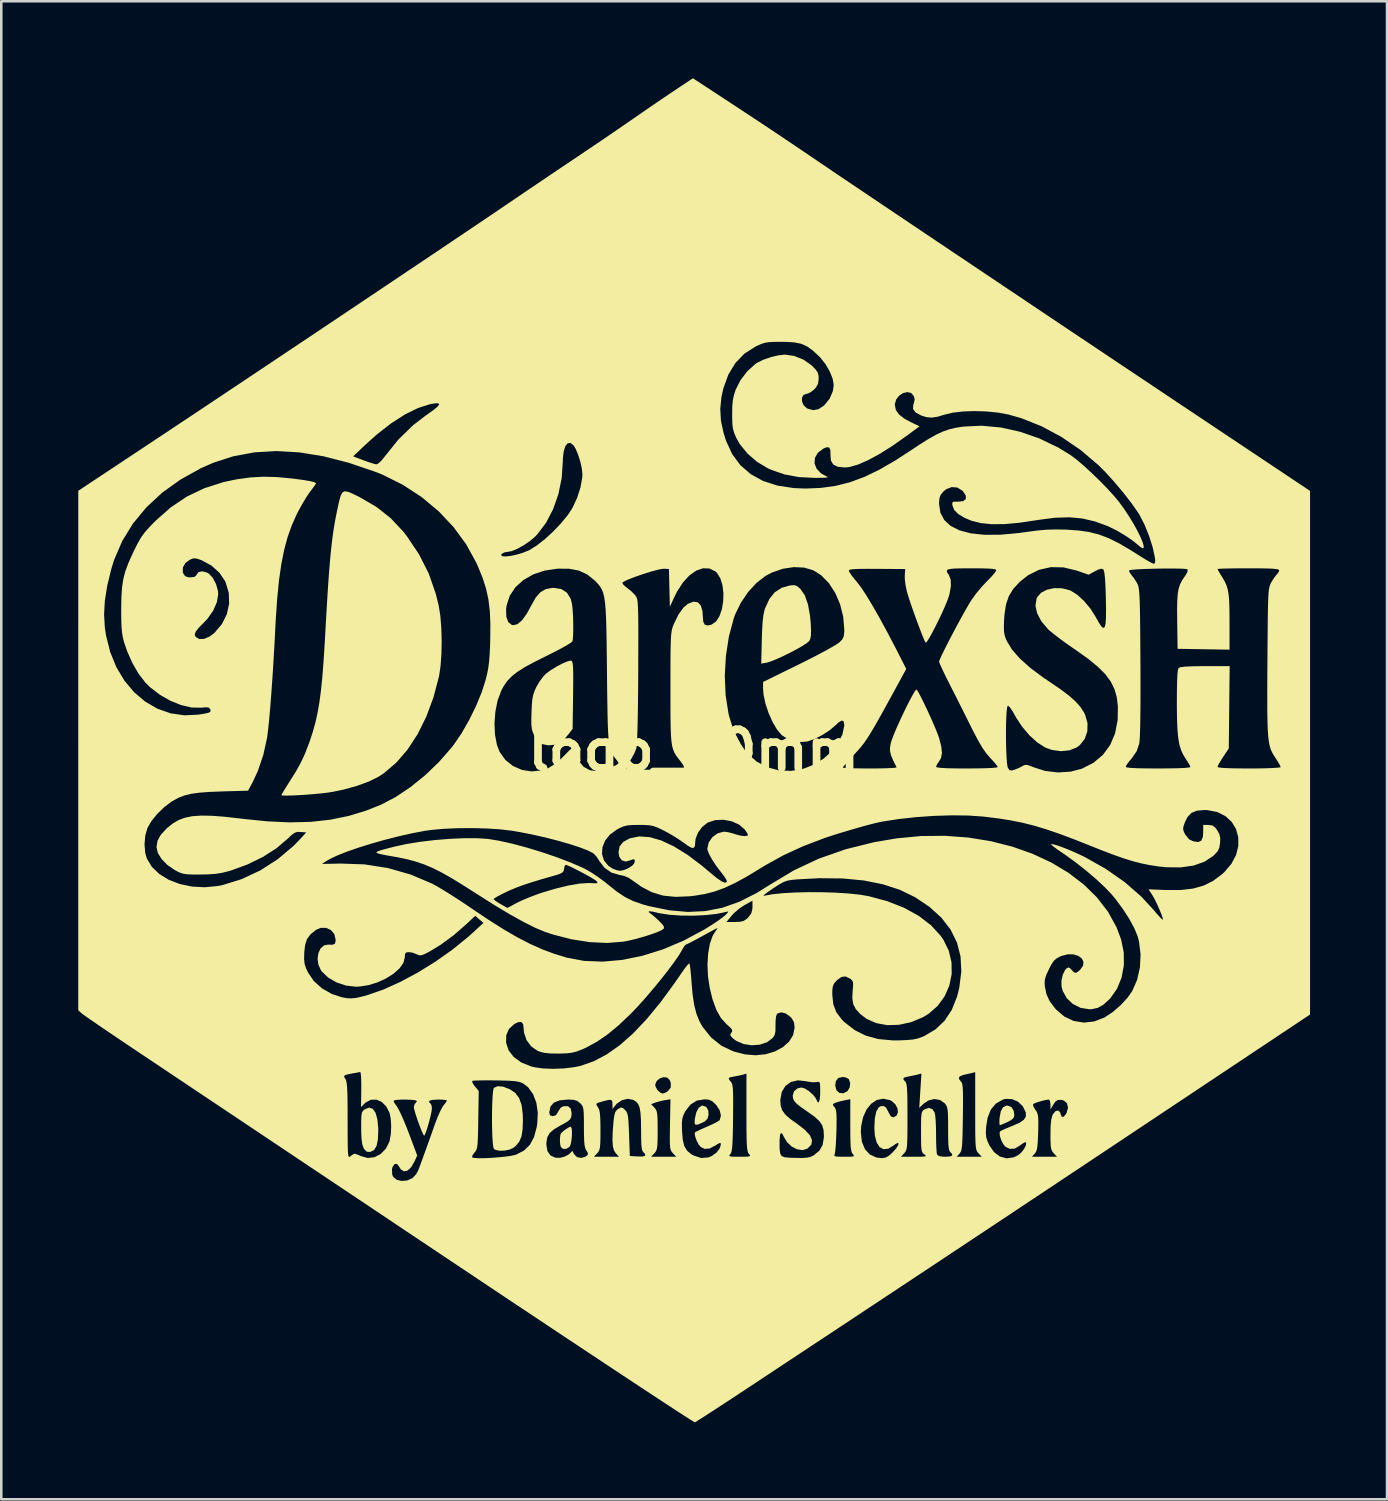
<source format=kicad_pcb>
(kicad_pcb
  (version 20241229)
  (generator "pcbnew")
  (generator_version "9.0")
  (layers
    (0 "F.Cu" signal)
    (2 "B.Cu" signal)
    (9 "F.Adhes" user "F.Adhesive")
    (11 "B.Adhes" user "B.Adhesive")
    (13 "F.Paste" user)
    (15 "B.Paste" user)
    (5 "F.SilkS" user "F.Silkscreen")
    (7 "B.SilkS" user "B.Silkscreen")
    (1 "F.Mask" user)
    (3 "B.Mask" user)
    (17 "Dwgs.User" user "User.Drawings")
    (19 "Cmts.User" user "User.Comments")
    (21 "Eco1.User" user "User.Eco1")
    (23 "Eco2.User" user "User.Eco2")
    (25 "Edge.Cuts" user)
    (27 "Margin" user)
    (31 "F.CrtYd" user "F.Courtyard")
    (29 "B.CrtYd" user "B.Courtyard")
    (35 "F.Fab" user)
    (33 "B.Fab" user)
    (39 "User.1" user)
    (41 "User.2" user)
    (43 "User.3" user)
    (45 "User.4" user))
  (footprint "logo_60mm"
    (layer "F.Cu")
    (at 23.992 26.2)
    (property "Reference" "logo_60mm" (at 0 0 0) (layer "F.SilkS") (effects (font (size 1.5 1.5) (thickness 0.3))))
    (attr board_only exclude_from_pos_files exclude_from_bom)
    (fp_poly (pts (xy 0.487 13.894) (xy 0.566 14.032) (xy 0.576 14.207) (xy 0.538 14.355) (xy 0.436 14.455) (xy 0.352 14.501) (xy 0.17 14.581) (xy 0.069 14.593) (xy 0.032 14.528) (xy 0.039 14.376) (xy 0.042 14.357) (xy 0.099 14.106) (xy 0.192 13.93) (xy 0.312 13.848) (xy 0.346 13.844)) (stroke (width 0) (type solid)) (fill yes) (layer "F.SilkS"))
    (fp_poly (pts (xy 12.377 13.896) (xy 12.468 14.039) (xy 12.495 14.215) (xy 12.469 14.318) (xy 12.376 14.406) (xy 12.231 14.483) (xy 12.072 14.554) (xy 11.959 14.599) (xy 11.931 14.606) (xy 11.914 14.554) (xy 11.914 14.42) (xy 11.921 14.315) (xy 11.968 14.062) (xy 12.054 13.91) (xy 12.187 13.847) (xy 12.236 13.844)) (stroke (width 0) (type solid)) (fill yes) (layer "F.SilkS"))
    (fp_poly (pts (xy -4.762 14.717) (xy -4.748 14.848) (xy -4.75 15.023) (xy -4.769 15.206) (xy -4.801 15.361) (xy -4.844 15.453) (xy -4.974 15.532) (xy -5.102 15.532) (xy -5.185 15.453) (xy -5.185 15.452) (xy -5.213 15.31) (xy -5.217 15.134) (xy -5.198 14.981) (xy -5.176 14.926) (xy -5.095 14.846) (xy -4.971 14.754) (xy -4.853 14.684) (xy -4.797 14.665)) (stroke (width 0) (type solid)) (fill yes) (layer "F.SilkS"))
    (fp_poly (pts (xy -12.51 13.972) (xy -12.404 14.125) (xy -12.333 14.376) (xy -12.299 14.719) (xy -12.298 14.808) (xy -12.312 15.165) (xy -12.365 15.418) (xy -12.461 15.577) (xy -12.601 15.648) (xy -12.624 15.651) (xy -12.75 15.64) (xy -12.84 15.55) (xy -12.873 15.493) (xy -12.921 15.351) (xy -12.95 15.14) (xy -12.963 14.839) (xy -12.964 14.699) (xy -12.963 14.423) (xy -12.955 14.24) (xy -12.937 14.125) (xy -12.902 14.055) (xy -12.845 14.004) (xy -12.811 13.981) (xy -12.647 13.922)) (stroke (width 0) (type solid)) (fill yes) (layer "F.SilkS"))
    (fp_poly (pts (xy -7.435 13.106) (xy -7.179 13.202) (xy -6.962 13.346) (xy -6.809 13.547) (xy -6.712 13.818) (xy -6.666 14.176) (xy -6.659 14.43) (xy -6.673 14.783) (xy -6.716 15.046) (xy -6.799 15.245) (xy -6.929 15.406) (xy -7.017 15.481) (xy -7.173 15.558) (xy -7.375 15.599) (xy -7.58 15.603) (xy -7.742 15.566) (xy -7.79 15.533) (xy -7.816 15.45) (xy -7.837 15.271) (xy -7.852 15.022) (xy -7.861 14.722) (xy -7.865 14.397) (xy -7.863 14.068) (xy -7.855 13.757) (xy -7.842 13.489) (xy -7.824 13.285) (xy -7.799 13.167) (xy -7.79 13.152) (xy -7.646 13.088)) (stroke (width 0) (type solid)) (fill yes) (layer "F.SilkS"))
    (fp_poly (pts (xy 4.03 -6.404) (xy 4.157 -6.293) (xy 4.326 -6.049) (xy 4.451 -5.696) (xy 4.533 -5.234) (xy 4.558 -4.945) (xy 4.571 -4.666) (xy 4.566 -4.476) (xy 4.542 -4.349) (xy 4.503 -4.268) (xy 4.414 -4.189) (xy 4.242 -4.077) (xy 4.011 -3.944) (xy 3.746 -3.805) (xy 3.47 -3.669) (xy 3.21 -3.552) (xy 2.989 -3.464) (xy 2.833 -3.418) (xy 2.829 -3.418) (xy 2.629 -3.385) (xy 2.652 -4.318) (xy 2.666 -4.727) (xy 2.686 -5.04) (xy 2.715 -5.277) (xy 2.754 -5.46) (xy 2.781 -5.543) (xy 2.949 -5.907) (xy 3.16 -6.168) (xy 3.427 -6.339) (xy 3.746 -6.429) (xy 3.912 -6.443)) (stroke (width 0) (type solid)) (fill yes) (layer "F.SilkS"))
    (fp_poly (pts (xy -4.775 -3.496) (xy -4.746 -3.471) (xy -4.725 -3.411) (xy -4.71 -3.302) (xy -4.702 -3.13) (xy -4.698 -2.882) (xy -4.7 -2.543) (xy -4.704 -2.152) (xy -4.722 -0.841) (xy -4.887 -0.625) (xy -5.021 -0.469) (xy -5.156 -0.343) (xy -5.193 -0.316) (xy -5.414 -0.224) (xy -5.664 -0.198) (xy -5.891 -0.242) (xy -5.939 -0.265) (xy -6.066 -0.374) (xy -6.19 -0.538) (xy -6.224 -0.598) (xy -6.279 -0.72) (xy -6.313 -0.845) (xy -6.33 -1.001) (xy -6.332 -1.218) (xy -6.324 -1.491) (xy -6.31 -1.793) (xy -6.289 -2.013) (xy -6.254 -2.183) (xy -6.198 -2.339) (xy -6.13 -2.484) (xy -6.004 -2.697) (xy -5.858 -2.891) (xy -5.756 -2.995) (xy -5.571 -3.13) (xy -5.357 -3.262) (xy -5.14 -3.378) (xy -4.95 -3.461) (xy -4.813 -3.499)) (stroke (width 0) (type solid)) (fill yes) (layer "F.SilkS"))
    (fp_poly (pts (xy -13.45 -10.072) (xy -13.24 -9.979) (xy -13.015 -9.867) (xy -12.374 -9.494) (xy -11.819 -9.057) (xy -11.329 -8.537) (xy -11.182 -8.349) (xy -10.703 -7.633) (xy -10.331 -6.895) (xy -10.058 -6.113) (xy -9.939 -5.631) (xy -9.878 -5.238) (xy -9.841 -4.772) (xy -9.826 -4.27) (xy -9.836 -3.768) (xy -9.868 -3.304) (xy -9.925 -2.914) (xy -9.932 -2.878) (xy -10.147 -2.065) (xy -10.426 -1.315) (xy -10.762 -0.636) (xy -11.151 -0.039) (xy -11.588 0.469) (xy -12.065 0.878) (xy -12.289 1.026) (xy -12.66 1.21) (xy -13.121 1.38) (xy -13.65 1.526) (xy -14.087 1.617) (xy -14.3 1.649) (xy -14.566 1.68) (xy -14.864 1.707) (xy -15.171 1.731) (xy -15.464 1.748) (xy -15.723 1.759) (xy -15.924 1.761) (xy -16.047 1.753) (xy -16.073 1.741) (xy -16.043 1.68) (xy -15.962 1.543) (xy -15.844 1.355) (xy -15.758 1.219) (xy -15.516 0.834) (xy -15.328 0.497) (xy -15.171 0.165) (xy -15.025 -0.205) (xy -14.965 -0.37) (xy -14.849 -0.725) (xy -14.749 -1.083) (xy -14.665 -1.46) (xy -14.593 -1.872) (xy -14.531 -2.334) (xy -14.478 -2.863) (xy -14.43 -3.474) (xy -14.385 -4.182) (xy -14.375 -4.37) (xy -14.329 -5.175) (xy -14.288 -5.875) (xy -14.249 -6.481) (xy -14.211 -7.007) (xy -14.173 -7.463) (xy -14.134 -7.863) (xy -14.093 -8.219) (xy -14.049 -8.541) (xy -14 -8.843) (xy -13.945 -9.137) (xy -13.894 -9.387) (xy -13.824 -9.711) (xy -13.763 -9.932) (xy -13.693 -10.059) (xy -13.595 -10.102)) (stroke (width 0) (type solid)) (fill yes) (layer "F.SilkS"))
    (fp_poly (pts (xy 1.171 -25.411) (xy 1.763 -25.022) (xy 2.282 -24.68) (xy 2.754 -24.368) (xy 3.205 -24.068) (xy 3.658 -23.763) (xy 4.142 -23.437) (xy 4.68 -23.073) (xy 4.856 -22.953) (xy 5.171 -22.74) (xy 5.575 -22.466) (xy 6.062 -22.138) (xy 6.624 -21.76) (xy 7.254 -21.336) (xy 7.944 -20.872) (xy 8.686 -20.374) (xy 9.473 -19.845) (xy 10.298 -19.292) (xy 11.154 -18.718) (xy 12.031 -18.13) (xy 12.924 -17.532) (xy 13.824 -16.928) (xy 14.725 -16.325) (xy 15.618 -15.728) (xy 16.496 -15.14) (xy 17.352 -14.568) (xy 18.178 -14.016) (xy 18.966 -13.489) (xy 19.71 -12.993) (xy 19.798 -12.934) (xy 24.021 -10.116) (xy 24.021 0.089) (xy 24.021 10.295) (xy 17.833 14.417) (xy 16.659 15.199) (xy 15.536 15.946) (xy 14.453 16.667) (xy 13.396 17.37) (xy 12.356 18.061) (xy 11.32 18.749) (xy 10.276 19.442) (xy 9.213 20.147) (xy 8.119 20.872) (xy 6.983 21.624) (xy 5.793 22.412) (xy 4.537 23.243) (xy 3.203 24.125) (xy 2.126 24.838) (xy 1.69 25.125) (xy 1.283 25.393) (xy 0.916 25.633) (xy 0.599 25.839) (xy 0.344 26.004) (xy 0.16 26.12) (xy 0.059 26.182) (xy 0.043 26.19) (xy -0.012 26.16) (xy -0.16 26.068) (xy -0.396 25.917) (xy -0.716 25.71) (xy -1.114 25.449) (xy -1.586 25.14) (xy -2.128 24.783) (xy -2.734 24.382) (xy -3.401 23.941) (xy -4.122 23.463) (xy -4.895 22.95) (xy -5.713 22.406) (xy -6.572 21.834) (xy -7.468 21.237) (xy -8.396 20.618) (xy -9.352 19.98) (xy -9.679 19.761) (xy -10.678 19.093) (xy -11.672 18.429) (xy -12.653 17.772) (xy -13.617 17.128) (xy -14.557 16.499) (xy -14.833 16.315) (xy -11.763 16.315) (xy -11.756 16.531) (xy -11.707 16.633) (xy -11.574 16.739) (xy -11.381 16.782) (xy -11.168 16.762) (xy -10.975 16.676) (xy -10.956 16.662) (xy -10.827 16.523) (xy -10.746 16.383) (xy -10.686 16.225) (xy -10.596 15.981) (xy -10.552 15.859) (xy -8.642 15.859) (xy -8.638 15.864) (xy -8.556 15.886) (xy -8.383 15.895) (xy -8.147 15.893) (xy -7.874 15.88) (xy -7.59 15.858) (xy -7.321 15.83) (xy -7.094 15.796) (xy -6.936 15.759) (xy -6.924 15.755) (xy -6.621 15.6) (xy -6.393 15.379) (xy -6.381 15.357) (xy -5.747 15.357) (xy -5.706 15.612) (xy -5.585 15.788) (xy -5.393 15.877) (xy -5.208 15.879) (xy -5.023 15.829) (xy -4.871 15.747) (xy -4.85 15.728) (xy -4.73 15.609) (xy -4.666 15.738) (xy -4.553 15.85) (xy -4.39 15.885) (xy -4.232 15.838) (xy -3.892 15.838) (xy -3.402 15.838) (xy -2.913 15.838) (xy -1.663 15.838) (xy -1.173 15.838) (xy -0.683 15.838) (xy -0.814 15.7) (xy -0.862 15.643) (xy -0.896 15.58) (xy -0.918 15.491) (xy -0.93 15.357) (xy -0.934 15.159) (xy -0.932 14.878) (xy -0.927 14.58) (xy -0.926 14.522) (xy -0.463 14.522) (xy -0.46 14.752) (xy -0.456 14.856) (xy -0.428 15.186) (xy -0.368 15.425) (xy -0.265 15.599) (xy -0.107 15.732) (xy 0.004 15.794) (xy 0.293 15.887) (xy 0.569 15.864) (xy 0.703 15.809) (xy 0.886 15.676) (xy 1.013 15.509) (xy 1.056 15.358) (xy 1.044 15.302) (xy 0.993 15.307) (xy 0.877 15.377) (xy 0.842 15.4) (xy 0.615 15.518) (xy 0.423 15.531) (xy 0.273 15.459) (xy 0.191 15.361) (xy 0.113 15.213) (xy 0.056 15.056) (xy 0.036 14.932) (xy 0.049 14.888) (xy 0.118 14.848) (xy 0.267 14.776) (xy 0.467 14.687) (xy 0.528 14.661) (xy 0.738 14.567) (xy 0.906 14.481) (xy 1.001 14.419) (xy 1.011 14.409) (xy 1.059 14.235) (xy 1.011 14.03) (xy 0.876 13.822) (xy 0.865 13.81) (xy 0.722 13.675) (xy 0.585 13.614) (xy 0.428 13.599) (xy 0.125 13.648) (xy -0.128 13.803) (xy -0.328 14.062) (xy -0.338 14.079) (xy -0.407 14.223) (xy -0.447 14.359) (xy -0.463 14.522) (xy -0.926 14.522) (xy -0.909 13.599) (xy -1.126 13.633) (xy -1.32 13.674) (xy -1.494 13.726) (xy -1.501 13.728) (xy -1.66 13.789) (xy -1.534 13.923) (xy -1.482 13.988) (xy -1.446 14.066) (xy -1.424 14.18) (xy -1.413 14.352) (xy -1.408 14.606) (xy -1.408 14.812) (xy -1.409 15.126) (xy -1.416 15.345) (xy -1.431 15.493) (xy -1.458 15.59) (xy -1.499 15.661) (xy -1.535 15.703) (xy -1.663 15.838) (xy -2.913 15.838) (xy -3.04 15.703) (xy -3.111 15.59) (xy -3.154 15.422) (xy -3.17 15.184) (xy -3.16 14.861) (xy -3.129 14.47) (xy -3.101 14.245) (xy -3.063 14.105) (xy -3.003 14.018) (xy -2.95 13.977) (xy -2.843 13.919) (xy -2.764 13.936) (xy -2.68 14.012) (xy -2.629 14.073) (xy -2.592 14.149) (xy -2.566 14.262) (xy -2.548 14.433) (xy -2.534 14.682) (xy -2.522 14.974) (xy -2.493 15.809) (xy -2.185 15.827) (xy -1.982 15.826) (xy -1.889 15.791) (xy -1.904 15.722) (xy -1.965 15.662) (xy -2.002 15.608) (xy -2.028 15.507) (xy -2.044 15.339) (xy -2.052 15.088) (xy -2.054 14.79) (xy -2.059 14.409) (xy -2.076 14.127) (xy -2.11 13.926) (xy -2.165 13.787) (xy -2.248 13.691) (xy -2.362 13.621) (xy -2.364 13.62) (xy -2.572 13.58) (xy -2.795 13.633) (xy -2.994 13.765) (xy -3.049 13.827) (xy -3.168 13.977) (xy -3.168 13.793) (xy -3.177 13.678) (xy -3.221 13.623) (xy -3.323 13.623) (xy -3.509 13.669) (xy -3.542 13.678) (xy -3.713 13.729) (xy -3.791 13.767) (xy -3.794 13.815) (xy -3.741 13.897) (xy -3.731 13.912) (xy -3.69 13.995) (xy -3.662 14.122) (xy -3.646 14.312) (xy -3.638 14.586) (xy -3.637 14.806) (xy -3.638 15.122) (xy -3.645 15.342) (xy -3.66 15.49) (xy -3.686 15.589) (xy -3.727 15.659) (xy -3.764 15.703) (xy -3.892 15.838) (xy -4.232 15.838) (xy -4.223 15.836) (xy -4.199 15.82) (xy -4.126 15.753) (xy -4.13 15.685) (xy -4.185 15.599) (xy -4.226 15.518) (xy -4.255 15.4) (xy -4.272 15.224) (xy -4.28 14.97) (xy -4.282 14.679) (xy -4.283 14.361) (xy -4.289 14.139) (xy -4.302 13.989) (xy -4.326 13.89) (xy -4.365 13.82) (xy -4.423 13.757) (xy -4.426 13.753) (xy -4.537 13.665) (xy -4.671 13.622) (xy -4.871 13.609) (xy -4.898 13.609) (xy -5.223 13.638) (xy -5.45 13.727) (xy -5.585 13.88) (xy -5.631 14.099) (xy -5.631 14.113) (xy -5.605 14.222) (xy -5.504 14.254) (xy -5.49 14.255) (xy -5.37 14.217) (xy -5.292 14.089) (xy -5.289 14.081) (xy -5.184 13.923) (xy -5.077 13.869) (xy -4.904 13.868) (xy -4.796 13.961) (xy -4.761 14.142) (xy -4.763 14.191) (xy -4.78 14.302) (xy -4.825 14.385) (xy -4.919 14.464) (xy -5.087 14.562) (xy -5.185 14.614) (xy -5.448 14.768) (xy -5.616 14.914) (xy -5.709 15.078) (xy -5.744 15.283) (xy -5.747 15.357) (xy -6.381 15.357) (xy -6.23 15.079) (xy -6.123 14.687) (xy -6.101 14.552) (xy -6.08 14.124) (xy -6.136 13.732) (xy -6.265 13.394) (xy -6.458 13.129) (xy -6.604 13.016) (xy -1.501 13.016) (xy -1.493 13.099) (xy -1.412 13.245) (xy -1.291 13.349) (xy -1.204 13.375) (xy -1.112 13.343) (xy -1.01 13.283) (xy -0.899 13.144) (xy -0.894 12.963) (xy -0.941 12.843) (xy -1.006 12.784) (xy 1.359 12.784) (xy 1.397 12.859) (xy 1.447 12.916) (xy 1.479 12.964) (xy 1.503 13.035) (xy 1.52 13.146) (xy 1.53 13.311) (xy 1.535 13.547) (xy 1.535 13.868) (xy 1.531 14.29) (xy 1.531 14.329) (xy 1.525 14.766) (xy 1.517 15.1) (xy 1.506 15.346) (xy 1.491 15.519) (xy 1.471 15.634) (xy 1.445 15.706) (xy 1.424 15.736) (xy 1.385 15.787) (xy 1.396 15.817) (xy 1.475 15.833) (xy 1.642 15.838) (xy 1.789 15.838) (xy 2.017 15.837) (xy 2.145 15.829) (xy 2.194 15.808) (xy 2.183 15.769) (xy 2.15 15.731) (xy 2.12 15.686) (xy 2.097 15.616) (xy 2.08 15.506) (xy 2.068 15.344) (xy 2.065 15.266) (xy 3.344 15.266) (xy 3.347 15.536) (xy 3.367 15.71) (xy 3.426 15.81) (xy 3.545 15.859) (xy 3.745 15.876) (xy 3.948 15.882) (xy 4.223 15.886) (xy 4.413 15.874) (xy 4.55 15.843) (xy 4.663 15.79) (xy 4.675 15.783) (xy 4.894 15.604) (xy 5.021 15.381) (xy 5.071 15.089) (xy 5.072 15.02) (xy 5.059 14.794) (xy 5.006 14.612) (xy 4.897 14.45) (xy 4.715 14.283) (xy 4.444 14.089) (xy 4.441 14.087) (xy 4.188 13.911) (xy 4.089 13.833) (xy 5.427 13.833) (xy 5.48 13.897) (xy 5.52 13.957) (xy 5.547 14.045) (xy 5.562 14.181) (xy 5.567 14.385) (xy 5.564 14.679) (xy 5.561 14.82) (xy 5.55 15.125) (xy 5.535 15.393) (xy 5.517 15.6) (xy 5.498 15.721) (xy 5.492 15.736) (xy 5.478 15.789) (xy 5.511 15.819) (xy 5.615 15.834) (xy 5.809 15.838) (xy 5.869 15.838) (xy 6.086 15.837) (xy 6.205 15.828) (xy 6.245 15.805) (xy 6.224 15.762) (xy 6.198 15.731) (xy 6.162 15.676) (xy 6.136 15.589) (xy 6.118 15.455) (xy 6.107 15.255) (xy 6.102 14.972) (xy 6.102 14.876) (xy 6.511 14.876) (xy 6.552 15.248) (xy 6.67 15.542) (xy 6.861 15.75) (xy 7.121 15.868) (xy 7.325 15.893) (xy 7.473 15.873) (xy 7.534 15.838) (xy 8.075 15.838) (xy 8.597 15.838) (xy 8.842 15.837) (xy 8.986 15.83) (xy 9.046 15.815) (xy 9.038 15.786) (xy 8.988 15.747) (xy 8.935 15.704) (xy 8.899 15.647) (xy 8.876 15.555) (xy 8.864 15.408) (xy 8.859 15.185) (xy 8.858 14.868) (xy 8.859 14.551) (xy 8.863 14.329) (xy 8.876 14.184) (xy 8.898 14.094) (xy 8.934 14.038) (xy 8.988 13.996) (xy 8.996 13.991) (xy 9.164 13.932) (xy 9.304 13.986) (xy 9.39 14.12) (xy 9.412 14.234) (xy 9.429 14.435) (xy 9.441 14.695) (xy 9.444 14.957) (xy 9.447 15.239) (xy 9.455 15.482) (xy 9.467 15.661) (xy 9.48 15.746) (xy 9.545 15.807) (xy 9.694 15.835) (xy 9.803 15.838) (xy 10.247 15.838) (xy 10.736 15.838) (xy 11.225 15.838) (xy 11.097 15.703) (xy 11.058 15.657) (xy 11.028 15.605) (xy 11.006 15.53) (xy 10.99 15.42) (xy 10.98 15.258) (xy 10.974 15.03) (xy 10.972 14.902) (xy 11.384 14.902) (xy 11.399 15.074) (xy 11.45 15.237) (xy 11.519 15.389) (xy 11.702 15.657) (xy 11.931 15.829) (xy 12.191 15.9) (xy 12.464 15.863) (xy 12.517 15.838) (xy 13.18 15.838) (xy 13.669 15.838) (xy 14.158 15.838) (xy 14.03 15.703) (xy 13.972 15.628) (xy 13.934 15.538) (xy 13.913 15.406) (xy 13.904 15.205) (xy 13.903 14.966) (xy 13.91 14.627) (xy 13.935 14.386) (xy 13.979 14.222) (xy 13.994 14.189) (xy 14.094 14.065) (xy 14.198 14.035) (xy 14.278 14.101) (xy 14.303 14.185) (xy 14.345 14.284) (xy 14.417 14.279) (xy 14.506 14.175) (xy 14.537 14.116) (xy 14.588 13.918) (xy 14.546 13.752) (xy 14.423 13.645) (xy 14.325 13.62) (xy 14.189 13.625) (xy 14.093 13.693) (xy 14.021 13.796) (xy 13.903 13.991) (xy 13.903 13.8) (xy 13.886 13.67) (xy 13.845 13.61) (xy 13.841 13.609) (xy 13.72 13.625) (xy 13.555 13.665) (xy 13.389 13.716) (xy 13.264 13.764) (xy 13.224 13.791) (xy 13.235 13.867) (xy 13.302 13.988) (xy 13.318 14.011) (xy 13.372 14.092) (xy 13.406 14.182) (xy 13.425 14.305) (xy 13.431 14.486) (xy 13.427 14.749) (xy 13.424 14.886) (xy 13.412 15.197) (xy 13.396 15.414) (xy 13.372 15.559) (xy 13.336 15.654) (xy 13.292 15.715) (xy 13.18 15.838) (xy 12.517 15.838) (xy 12.642 15.779) (xy 12.768 15.673) (xy 12.875 15.533) (xy 12.945 15.394) (xy 12.957 15.291) (xy 12.945 15.272) (xy 12.883 15.284) (xy 12.771 15.356) (xy 12.727 15.391) (xy 12.519 15.518) (xy 12.322 15.532) (xy 12.157 15.455) (xy 12.065 15.351) (xy 11.985 15.196) (xy 11.932 15.032) (xy 11.92 14.899) (xy 11.942 14.847) (xy 12.02 14.804) (xy 12.177 14.734) (xy 12.381 14.65) (xy 12.425 14.633) (xy 12.697 14.513) (xy 12.866 14.397) (xy 12.944 14.272) (xy 12.944 14.125) (xy 12.94 14.107) (xy 12.827 13.871) (xy 12.64 13.694) (xy 12.408 13.593) (xy 12.158 13.582) (xy 12.047 13.612) (xy 11.776 13.766) (xy 11.579 14) (xy 11.453 14.319) (xy 11.397 14.667) (xy 11.384 14.902) (xy 10.972 14.902) (xy 10.971 14.722) (xy 10.97 14.32) (xy 10.97 14.054) (xy 10.97 12.541) (xy 10.816 12.579) (xy 10.636 12.621) (xy 10.493 12.652) (xy 10.358 12.71) (xy 10.333 12.801) (xy 10.415 12.908) (xy 10.445 12.947) (xy 10.467 13.016) (xy 10.482 13.131) (xy 10.491 13.307) (xy 10.495 13.557) (xy 10.493 13.897) (xy 10.489 14.288) (xy 10.482 14.715) (xy 10.475 15.042) (xy 10.465 15.282) (xy 10.451 15.452) (xy 10.432 15.568) (xy 10.407 15.645) (xy 10.373 15.699) (xy 10.359 15.715) (xy 10.247 15.838) (xy 9.803 15.838) (xy 9.997 15.826) (xy 10.08 15.786) (xy 10.057 15.715) (xy 10.002 15.662) (xy 9.966 15.61) (xy 9.94 15.512) (xy 9.924 15.35) (xy 9.916 15.107) (xy 9.914 14.764) (xy 9.914 14.749) (xy 9.913 14.417) (xy 9.907 14.18) (xy 9.895 14.018) (xy 9.873 13.908) (xy 9.838 13.83) (xy 9.787 13.762) (xy 9.779 13.752) (xy 9.599 13.625) (xy 9.378 13.589) (xy 9.149 13.643) (xy 8.962 13.767) (xy 8.789 13.932) (xy 8.831 13.263) (xy 8.874 12.594) (xy 8.734 12.632) (xy 8.579 12.668) (xy 8.391 12.705) (xy 8.374 12.708) (xy 8.212 12.747) (xy 8.161 12.801) (xy 8.212 12.879) (xy 8.242 12.905) (xy 8.271 12.947) (xy 8.294 13.026) (xy 8.31 13.156) (xy 8.32 13.352) (xy 8.327 13.629) (xy 8.329 13.999) (xy 8.33 14.273) (xy 8.329 14.695) (xy 8.327 15.016) (xy 8.321 15.252) (xy 8.311 15.419) (xy 8.294 15.532) (xy 8.27 15.608) (xy 8.237 15.662) (xy 8.202 15.703) (xy 8.075 15.838) (xy 7.534 15.838) (xy 7.615 15.792) (xy 7.75 15.669) (xy 7.884 15.518) (xy 7.964 15.395) (xy 7.985 15.316) (xy 7.946 15.298) (xy 7.844 15.356) (xy 7.797 15.393) (xy 7.585 15.524) (xy 7.398 15.545) (xy 7.244 15.462) (xy 7.128 15.281) (xy 7.058 15.008) (xy 7.039 14.719) (xy 7.058 14.34) (xy 7.115 14.071) (xy 7.209 13.912) (xy 7.278 13.872) (xy 7.4 13.859) (xy 7.493 13.922) (xy 7.581 14.08) (xy 7.596 14.116) (xy 7.687 14.268) (xy 7.78 14.303) (xy 7.907 14.233) (xy 7.958 14.106) (xy 7.94 13.951) (xy 7.857 13.795) (xy 7.716 13.667) (xy 7.643 13.63) (xy 7.382 13.575) (xy 7.136 13.626) (xy 6.916 13.771) (xy 6.734 13.997) (xy 6.6 14.293) (xy 6.524 14.646) (xy 6.511 14.876) (xy 6.102 14.876) (xy 6.101 14.61) (xy 6.101 13.596) (xy 5.889 13.636) (xy 5.7 13.679) (xy 5.534 13.73) (xy 5.529 13.732) (xy 5.428 13.78) (xy 5.427 13.833) (xy 4.089 13.833) (xy 4.02 13.778) (xy 3.919 13.67) (xy 3.87 13.569) (xy 3.857 13.457) (xy 3.857 13.452) (xy 3.909 13.284) (xy 4.046 13.172) (xy 4.203 13.14) (xy 4.336 13.182) (xy 4.499 13.288) (xy 4.654 13.427) (xy 4.761 13.566) (xy 4.782 13.613) (xy 4.832 13.718) (xy 4.875 13.715) (xy 4.908 13.613) (xy 4.926 13.42) (xy 4.927 13.31) (xy 4.926 13.094) (xy 4.923 13.061) (xy 5.514 13.061) (xy 5.559 13.242) (xy 5.672 13.348) (xy 5.825 13.366) (xy 5.989 13.282) (xy 5.993 13.278) (xy 6.077 13.139) (xy 6.097 12.969) (xy 6.049 12.822) (xy 6.03 12.8) (xy 5.921 12.746) (xy 5.807 12.729) (xy 5.633 12.768) (xy 5.538 12.89) (xy 5.514 13.061) (xy 4.923 13.061) (xy 4.915 12.972) (xy 4.886 12.921) (xy 4.831 12.918) (xy 4.783 12.929) (xy 4.638 12.936) (xy 4.446 12.911) (xy 4.378 12.895) (xy 4.06 12.859) (xy 3.786 12.924) (xy 3.571 13.079) (xy 3.429 13.313) (xy 3.373 13.617) (xy 3.373 13.641) (xy 3.389 13.854) (xy 3.449 14.031) (xy 3.567 14.193) (xy 3.76 14.364) (xy 4.018 14.547) (xy 4.329 14.786) (xy 4.527 15.002) (xy 4.611 15.197) (xy 4.58 15.368) (xy 4.435 15.517) (xy 4.427 15.522) (xy 4.241 15.58) (xy 4.028 15.548) (xy 3.816 15.439) (xy 3.634 15.267) (xy 3.52 15.077) (xy 3.448 14.938) (xy 3.394 14.914) (xy 3.359 15.004) (xy 3.345 15.208) (xy 3.344 15.266) (xy 2.065 15.266) (xy 2.06 15.114) (xy 2.055 14.804) (xy 2.053 14.398) (xy 2.053 14.111) (xy 2.053 12.598) (xy 1.921 12.638) (xy 1.773 12.673) (xy 1.587 12.708) (xy 1.569 12.711) (xy 1.412 12.742) (xy 1.359 12.784) (xy -1.006 12.784) (xy -1.043 12.751) (xy -1.184 12.737) (xy -1.329 12.787) (xy -1.445 12.885) (xy -1.501 13.016) (xy -6.604 13.016) (xy -6.629 12.997) (xy -6.724 12.948) (xy -6.834 12.914) (xy -6.98 12.891) (xy -7.186 12.876) (xy -7.473 12.867) (xy -7.707 12.862) (xy -8.017 12.86) (xy -8.286 12.862) (xy -8.491 12.867) (xy -8.612 12.876) (xy -8.632 12.882) (xy -8.632 12.941) (xy -8.567 13.052) (xy -8.533 13.094) (xy -8.382 13.274) (xy -8.4 14.405) (xy -8.407 14.797) (xy -8.414 15.09) (xy -8.425 15.299) (xy -8.441 15.444) (xy -8.463 15.542) (xy -8.495 15.609) (xy -8.538 15.664) (xy -8.55 15.677) (xy -8.628 15.785) (xy -8.642 15.859) (xy -10.552 15.859) (xy -10.485 15.675) (xy -10.361 15.33) (xy -10.233 14.973) (xy -10.11 14.625) (xy -10.085 14.554) (xy -9.987 14.297) (xy -9.885 14.067) (xy -9.794 13.896) (xy -9.756 13.841) (xy -9.666 13.726) (xy -9.621 13.651) (xy -9.62 13.645) (xy -9.674 13.626) (xy -9.812 13.613) (xy -9.972 13.609) (xy -10.19 13.622) (xy -10.308 13.656) (xy -10.319 13.711) (xy -10.266 13.756) (xy -10.221 13.836) (xy -10.207 13.947) (xy -10.222 14.071) (xy -10.26 14.254) (xy -10.314 14.468) (xy -10.375 14.68) (xy -10.434 14.863) (xy -10.483 14.984) (xy -10.509 15.017) (xy -10.546 14.966) (xy -10.607 14.831) (xy -10.682 14.642) (xy -10.76 14.427) (xy -10.831 14.216) (xy -10.884 14.036) (xy -10.91 13.917) (xy -10.911 13.903) (xy -10.883 13.792) (xy -10.852 13.756) (xy -10.796 13.681) (xy -10.794 13.664) (xy -10.846 13.639) (xy -10.982 13.621) (xy -11.166 13.612) (xy -11.363 13.61) (xy -11.54 13.618) (xy -11.662 13.635) (xy -11.694 13.649) (xy -11.685 13.714) (xy -11.613 13.82) (xy -11.595 13.84) (xy -11.528 13.945) (xy -11.431 14.139) (xy -11.316 14.397) (xy -11.192 14.698) (xy -11.118 14.889) (xy -10.78 15.788) (xy -10.883 16.017) (xy -11.016 16.246) (xy -11.157 16.378) (xy -11.295 16.407) (xy -11.419 16.33) (xy -11.487 16.22) (xy -11.569 16.117) (xy -11.659 16.122) (xy -11.736 16.226) (xy -11.763 16.315) (xy -14.833 16.315) (xy -15.467 15.891) (xy -16.34 15.307) (xy -17.17 14.752) (xy -17.952 14.229) (xy -18.68 13.743) (xy -19.346 13.298) (xy -19.945 12.897) (xy -20.24 12.7) (xy -13.631 12.7) (xy -13.61 12.761) (xy -13.58 12.805) (xy -13.552 12.863) (xy -13.531 12.956) (xy -13.515 13.098) (xy -13.504 13.302) (xy -13.497 13.583) (xy -13.493 13.954) (xy -13.492 14.423) (xy -13.492 14.879) (xy -13.49 15.23) (xy -13.486 15.488) (xy -13.479 15.666) (xy -13.468 15.777) (xy -13.452 15.834) (xy -13.43 15.848) (xy -13.4 15.832) (xy -13.385 15.818) (xy -13.279 15.743) (xy -13.218 15.721) (xy -13.129 15.745) (xy -12.99 15.805) (xy -12.968 15.816) (xy -12.706 15.887) (xy -12.443 15.855) (xy -12.202 15.73) (xy -12.002 15.525) (xy -11.866 15.252) (xy -11.854 15.213) (xy -11.807 14.947) (xy -11.794 14.639) (xy -11.813 14.343) (xy -11.857 14.131) (xy -11.986 13.877) (xy -12.163 13.701) (xy -12.369 13.612) (xy -12.583 13.616) (xy -12.785 13.722) (xy -12.823 13.756) (xy -12.97 13.903) (xy -12.96 13.214) (xy -12.96 12.946) (xy -12.968 12.729) (xy -12.982 12.584) (xy -13.001 12.535) (xy -13.089 12.552) (xy -13.237 12.578) (xy -13.257 12.582) (xy -13.473 12.623) (xy -13.592 12.658) (xy -13.631 12.7) (xy -20.24 12.7) (xy -20.47 12.546) (xy -20.916 12.248) (xy -21.277 12.007) (xy -21.528 11.839) (xy -21.987 11.531) (xy -22.196 11.391) (xy -7.315 11.391) (xy -7.218 11.69) (xy -7.018 11.95) (xy -6.726 12.161) (xy -6.352 12.313) (xy -6.218 12.348) (xy -5.886 12.396) (xy -5.487 12.411) (xy -5.065 12.395) (xy -4.666 12.348) (xy -4.4 12.293) (xy -3.893 12.113) (xy -3.388 11.846) (xy -2.88 11.488) (xy -2.366 11.033) (xy -1.84 10.478) (xy -1.297 9.819) (xy -0.735 9.052) (xy -0.472 8.668) (xy -0.346 8.49) (xy -0.243 8.361) (xy -0.18 8.303) (xy -0.172 8.303) (xy -0.153 8.368) (xy -0.131 8.525) (xy -0.109 8.751) (xy -0.091 8.988) (xy -0.047 9.505) (xy 0.017 9.926) (xy 0.107 10.275) (xy 0.228 10.571) (xy 0.347 10.779) (xy 0.678 11.191) (xy 1.076 11.509) (xy 1.545 11.732) (xy 2.004 11.85) (xy 2.416 11.883) (xy 2.809 11.84) (xy 3.167 11.732) (xy 3.474 11.566) (xy 3.714 11.352) (xy 3.871 11.098) (xy 3.93 10.812) (xy 3.93 10.804) (xy 3.909 10.606) (xy 3.829 10.455) (xy 3.759 10.378) (xy 3.586 10.253) (xy 3.413 10.209) (xy 3.271 10.25) (xy 3.237 10.282) (xy 3.206 10.377) (xy 3.188 10.548) (xy 3.186 10.715) (xy 3.184 10.94) (xy 3.154 11.087) (xy 3.089 11.195) (xy 3.08 11.206) (xy 2.857 11.374) (xy 2.573 11.47) (xy 2.257 11.493) (xy 1.941 11.444) (xy 1.656 11.321) (xy 1.542 11.237) (xy 1.441 11.138) (xy 1.423 11.068) (xy 1.465 11.001) (xy 1.501 10.938) (xy 1.483 10.871) (xy 1.397 10.777) (xy 1.279 10.673) (xy 1.061 10.434) (xy 0.881 10.115) (xy 0.732 9.704) (xy 0.621 9.252) (xy 0.554 8.803) (xy 0.534 8.352) (xy 0.559 7.924) (xy 0.626 7.543) (xy 0.733 7.234) (xy 0.817 7.091) (xy 0.894 6.981) (xy 0.924 6.924) (xy 0.923 6.922) (xy 0.867 6.949) (xy 0.73 7.021) (xy 0.533 7.128) (xy 0.32 7.245) (xy 0.084 7.373) (xy -0.114 7.477) (xy -0.252 7.546) (xy -0.307 7.567) (xy -0.357 7.615) (xy -0.433 7.733) (xy -0.462 7.788) (xy -0.583 7.99) (xy -0.769 8.259) (xy -1.006 8.577) (xy -1.279 8.924) (xy -1.573 9.282) (xy -1.872 9.633) (xy -2.163 9.958) (xy -2.43 10.239) (xy -2.46 10.269) (xy -2.93 10.715) (xy -3.362 11.073) (xy -3.777 11.357) (xy -4.193 11.582) (xy -4.341 11.649) (xy -4.55 11.731) (xy -4.738 11.781) (xy -4.949 11.807) (xy -5.226 11.816) (xy -5.281 11.817) (xy -5.591 11.812) (xy -5.819 11.789) (xy -5.998 11.744) (xy -6.091 11.707) (xy -6.341 11.534) (xy -6.523 11.284) (xy -6.619 10.989) (xy -6.629 10.86) (xy -6.651 10.67) (xy -6.725 10.583) (xy -6.856 10.596) (xy -7.002 10.671) (xy -7.206 10.859) (xy -7.31 11.107) (xy -7.315 11.391) (xy -22.196 11.391) (xy -22.419 11.24) (xy -22.815 10.973) (xy -23.162 10.737) (xy -23.451 10.538) (xy -23.672 10.385) (xy -23.813 10.285) (xy -23.86 10.248) (xy -23.992 10.128) (xy -23.992 8.131) (xy -15.189 8.131) (xy -15.17 8.313) (xy -15.116 8.483) (xy -15.041 8.648) (xy -14.814 8.985) (xy -14.496 9.272) (xy -14.11 9.492) (xy -13.742 9.615) (xy -13.535 9.656) (xy -13.35 9.666) (xy -13.151 9.645) (xy -12.902 9.587) (xy -12.701 9.531) (xy -12.086 9.316) (xy -11.427 9.018) (xy -10.747 8.653) (xy -10.069 8.233) (xy -9.417 7.773) (xy -8.815 7.286) (xy -8.601 7.095) (xy -8.198 6.723) (xy -8.359 6.585) (xy -8.519 6.447) (xy -8.85 6.76) (xy -9.348 7.195) (xy -9.857 7.57) (xy -10.27 7.823) (xy -10.469 7.928) (xy -10.598 7.981) (xy -10.688 7.989) (xy -10.77 7.959) (xy -10.794 7.947) (xy -10.965 7.883) (xy -11.102 7.863) (xy -11.21 7.874) (xy -11.255 7.936) (xy -11.263 8.066) (xy -11.318 8.281) (xy -11.471 8.498) (xy -11.704 8.705) (xy -11.997 8.89) (xy -12.331 9.043) (xy -12.689 9.152) (xy -13.052 9.206) (xy -13.171 9.21) (xy -13.554 9.166) (xy -13.923 9.043) (xy -14.246 8.857) (xy -14.493 8.622) (xy -14.532 8.569) (xy -14.631 8.352) (xy -14.663 8.12) (xy -14.632 7.901) (xy -14.547 7.719) (xy -14.415 7.601) (xy -14.262 7.57) (xy -14.085 7.574) (xy -13.996 7.543) (xy -13.964 7.459) (xy -13.961 7.372) (xy -14.011 7.159) (xy -14.142 7.003) (xy -14.327 6.917) (xy -14.538 6.916) (xy -14.726 6.996) (xy -14.941 7.17) (xy -15.078 7.359) (xy -15.153 7.597) (xy -15.183 7.884) (xy -15.189 8.131) (xy -23.992 8.131) (xy -23.992 0.004) (xy -23.991 -5.301) (xy -22.985 -5.301) (xy -22.955 -4.784) (xy -22.911 -4.488) (xy -22.747 -3.835) (xy -22.505 -3.243) (xy -22.192 -2.72) (xy -21.816 -2.271) (xy -21.386 -1.905) (xy -20.91 -1.628) (xy -20.396 -1.446) (xy -19.851 -1.368) (xy -19.325 -1.393) (xy -19.076 -1.431) (xy -18.925 -1.464) (xy -18.85 -1.501) (xy -18.834 -1.551) (xy -18.851 -1.611) (xy -18.894 -1.663) (xy -18.99 -1.681) (xy -19.168 -1.669) (xy -19.204 -1.665) (xy -19.571 -1.672) (xy -19.978 -1.766) (xy -20.399 -1.935) (xy -20.808 -2.168) (xy -21.181 -2.454) (xy -21.374 -2.642) (xy -21.634 -2.979) (xy -21.878 -3.399) (xy -22.087 -3.869) (xy -22.208 -4.224) (xy -22.255 -4.408) (xy -22.287 -4.606) (xy -22.307 -4.844) (xy -22.316 -5.149) (xy -22.318 -5.514) (xy -22.31 -5.975) (xy -22.286 -6.352) (xy -22.237 -6.677) (xy -22.167 -6.946) (xy -19.916 -6.946) (xy -19.899 -6.898) (xy -19.825 -6.791) (xy -19.706 -6.75) (xy -19.618 -6.746) (xy -19.463 -6.763) (xy -19.389 -6.826) (xy -19.375 -6.863) (xy -19.299 -6.954) (xy -19.16 -6.98) (xy -18.993 -6.94) (xy -18.901 -6.889) (xy -18.746 -6.723) (xy -18.621 -6.486) (xy -18.548 -6.223) (xy -18.537 -6.088) (xy -18.589 -5.776) (xy -18.733 -5.447) (xy -18.954 -5.132) (xy -19.092 -4.986) (xy -19.292 -4.784) (xy -19.408 -4.638) (xy -19.451 -4.53) (xy -19.428 -4.445) (xy -19.414 -4.425) (xy -19.274 -4.341) (xy -19.086 -4.347) (xy -18.871 -4.439) (xy -18.683 -4.582) (xy -18.394 -4.922) (xy -18.201 -5.307) (xy -18.111 -5.719) (xy -18.125 -6.14) (xy -18.247 -6.55) (xy -18.272 -6.603) (xy -18.495 -6.933) (xy -18.808 -7.21) (xy -19.187 -7.414) (xy -19.21 -7.423) (xy -19.383 -7.48) (xy -19.504 -7.486) (xy -19.625 -7.443) (xy -19.629 -7.441) (xy -19.813 -7.306) (xy -19.914 -7.132) (xy -19.916 -6.946) (xy -22.167 -6.946) (xy -22.157 -6.984) (xy -22.037 -7.306) (xy -21.872 -7.675) (xy -21.811 -7.802) (xy -21.67 -8.082) (xy -21.543 -8.302) (xy -21.404 -8.495) (xy -21.228 -8.695) (xy -20.991 -8.938) (xy -20.978 -8.951) (xy -20.384 -9.475) (xy -19.755 -9.896) (xy -19.074 -10.221) (xy -18.329 -10.459) (xy -17.833 -10.564) (xy -17.298 -10.639) (xy -16.779 -10.669) (xy -16.234 -10.654) (xy -15.622 -10.595) (xy -15.601 -10.592) (xy -15.229 -10.542) (xy -14.965 -10.498) (xy -14.801 -10.458) (xy -14.729 -10.42) (xy -14.724 -10.407) (xy -14.757 -10.353) (xy -14.843 -10.233) (xy -14.962 -10.076) (xy -15.09 -9.888) (xy -15.244 -9.633) (xy -15.4 -9.351) (xy -15.488 -9.18) (xy -15.676 -8.755) (xy -15.836 -8.301) (xy -15.969 -7.803) (xy -16.079 -7.249) (xy -16.168 -6.623) (xy -16.238 -5.913) (xy -16.293 -5.103) (xy -16.307 -4.839) (xy -16.343 -4.146) (xy -16.382 -3.468) (xy -16.424 -2.819) (xy -16.467 -2.215) (xy -16.509 -1.668) (xy -16.551 -1.195) (xy -16.591 -0.809) (xy -16.627 -0.523) (xy -16.631 -0.499) (xy -16.777 0.17) (xy -16.992 0.803) (xy -17.188 1.224) (xy -17.372 1.569) (xy -18.409 1.599) (xy -18.889 1.618) (xy -19.274 1.647) (xy -19.584 1.69) (xy -19.841 1.752) (xy -20.065 1.837) (xy -20.279 1.95) (xy -20.364 2.002) (xy -20.647 2.216) (xy -20.918 2.481) (xy -21.144 2.762) (xy -21.296 3.025) (xy -21.38 3.323) (xy -21.409 3.662) (xy -21.382 3.991) (xy -21.32 4.211) (xy -21.123 4.538) (xy -20.832 4.817) (xy -20.464 5.042) (xy -20.036 5.207) (xy -19.563 5.306) (xy -19.062 5.334) (xy -18.548 5.285) (xy -18.361 5.247) (xy -17.617 5.015) (xy -16.897 4.677) (xy -16.496 4.42) (xy -14.489 4.42) (xy -14.434 4.422) (xy -14.285 4.421) (xy -14.062 4.417) (xy -13.79 4.41) (xy -13.771 4.41) (xy -12.835 4.442) (xy -11.917 4.586) (xy -11.029 4.84) (xy -10.207 5.189) (xy -10.001 5.301) (xy -9.724 5.466) (xy -9.401 5.668) (xy -9.054 5.893) (xy -8.71 6.124) (xy -8.682 6.144) (xy -8.019 6.589) (xy -7.426 6.965) (xy -6.889 7.278) (xy -6.39 7.537) (xy -5.915 7.75) (xy -5.446 7.925) (xy -4.968 8.072) (xy -4.954 8.076) (xy -4.277 8.204) (xy -3.552 8.233) (xy -2.791 8.166) (xy -2.004 8.006) (xy -1.202 7.755) (xy -0.397 7.415) (xy 0.399 6.989) (xy 0.708 6.798) (xy 0.874 6.687) (xy 1.275 6.687) (xy 1.61 6.687) (xy 1.816 6.679) (xy 1.952 6.643) (xy 2.065 6.565) (xy 2.116 6.516) (xy 2.24 6.357) (xy 2.285 6.178) (xy 2.288 6.101) (xy 2.288 5.859) (xy 1.985 6.024) (xy 1.771 6.167) (xy 1.564 6.346) (xy 1.479 6.438) (xy 1.275 6.687) (xy 0.874 6.687) (xy 0.923 6.655) (xy 1.11 6.519) (xy 1.239 6.414) (xy 1.266 6.387) (xy 1.341 6.299) (xy 1.336 6.276) (xy 1.261 6.295) (xy 0.903 6.37) (xy 0.468 6.419) (xy -0.009 6.442) (xy -0.493 6.438) (xy -0.946 6.406) (xy -1.335 6.347) (xy -1.452 6.319) (xy -1.621 6.28) (xy -1.733 6.269) (xy -1.76 6.28) (xy -1.715 6.341) (xy -1.706 6.345) (xy -1.637 6.393) (xy -1.513 6.498) (xy -1.38 6.62) (xy -1.231 6.77) (xy -1.163 6.87) (xy -1.165 6.938) (xy -1.175 6.953) (xy -1.27 7.015) (xy -1.454 7.095) (xy -1.701 7.183) (xy -1.985 7.272) (xy -2.281 7.354) (xy -2.563 7.42) (xy -2.757 7.456) (xy -3.38 7.504) (xy -4.06 7.472) (xy -4.772 7.361) (xy -5.492 7.175) (xy -5.796 7.074) (xy -6.168 6.919) (xy -6.625 6.691) (xy -7.159 6.395) (xy -7.766 6.031) (xy -8.141 5.794) (xy -7.802 5.794) (xy -7.755 5.845) (xy -7.635 5.928) (xy -7.532 5.989) (xy -7.263 6.141) (xy -6.902 5.945) (xy -6.687 5.842) (xy -6.404 5.723) (xy -6.097 5.607) (xy -5.925 5.548) (xy -5.373 5.383) (xy -4.872 5.263) (xy -4.437 5.19) (xy -4.087 5.169) (xy -4.022 5.171) (xy -3.843 5.18) (xy -3.761 5.172) (xy -3.756 5.139) (xy -3.795 5.091) (xy -3.875 5.031) (xy -4.031 4.938) (xy -4.234 4.825) (xy -4.457 4.706) (xy -4.673 4.597) (xy -4.854 4.511) (xy -4.972 4.463) (xy -4.997 4.458) (xy -5.032 4.509) (xy -5.056 4.618) (xy -5.078 4.708) (xy -5.137 4.771) (xy -5.259 4.826) (xy -5.455 4.886) (xy -5.939 5.024) (xy -6.329 5.143) (xy -6.649 5.248) (xy -6.919 5.348) (xy -7.161 5.449) (xy -7.318 5.522) (xy -7.53 5.627) (xy -7.695 5.717) (xy -7.789 5.779) (xy -7.802 5.794) (xy -8.141 5.794) (xy -8.44 5.605) (xy -8.445 5.602) (xy -8.972 5.265) (xy -9.422 4.989) (xy -9.815 4.766) (xy -10.168 4.588) (xy -10.501 4.446) (xy -10.831 4.334) (xy -11.179 4.241) (xy -11.561 4.162) (xy -11.923 4.099) (xy -12.136 4.059) (xy -12.296 4.019) (xy -12.374 3.986) (xy -12.377 3.98) (xy -12.326 3.939) (xy -12.197 3.89) (xy -12.128 3.87) (xy -11.914 3.814) (xy -11.707 3.761) (xy -11.673 3.752) (xy -11.207 3.65) (xy -10.673 3.563) (xy -10.101 3.495) (xy -9.521 3.447) (xy -8.962 3.422) (xy -8.455 3.422) (xy -8.029 3.449) (xy -7.997 3.453) (xy -7.561 3.526) (xy -7.048 3.642) (xy -6.488 3.793) (xy -5.908 3.97) (xy -5.338 4.164) (xy -4.806 4.367) (xy -4.34 4.569) (xy -4.261 4.607) (xy -4.021 4.741) (xy -3.742 4.925) (xy -3.466 5.128) (xy -3.345 5.227) (xy -2.995 5.506) (xy -2.68 5.715) (xy -2.362 5.872) (xy -2.002 5.998) (xy -1.73 6.073) (xy -0.957 6.231) (xy -0.235 6.296) (xy 0.451 6.263) (xy 1.117 6.132) (xy 1.778 5.898) (xy 2.245 5.662) (xy 2.715 5.662) (xy 2.728 5.668) (xy 3.047 5.61) (xy 3.458 5.566) (xy 3.936 5.538) (xy 4.456 5.525) (xy 4.994 5.527) (xy 5.525 5.544) (xy 6.024 5.576) (xy 6.466 5.622) (xy 6.816 5.681) (xy 7.545 5.877) (xy 8.198 6.134) (xy 8.767 6.448) (xy 9.245 6.813) (xy 9.623 7.225) (xy 9.73 7.379) (xy 9.941 7.81) (xy 10.047 8.264) (xy 10.052 8.722) (xy 9.96 9.17) (xy 9.776 9.588) (xy 9.505 9.96) (xy 9.15 10.269) (xy 8.938 10.397) (xy 8.472 10.592) (xy 8.002 10.695) (xy 7.546 10.709) (xy 7.12 10.632) (xy 6.742 10.467) (xy 6.491 10.277) (xy 6.314 10.081) (xy 6.214 9.887) (xy 6.179 9.656) (xy 6.192 9.39) (xy 6.21 9.176) (xy 6.207 9.046) (xy 6.177 8.967) (xy 6.112 8.908) (xy 6.094 8.895) (xy 5.918 8.811) (xy 5.756 8.83) (xy 5.583 8.956) (xy 5.568 8.971) (xy 5.472 9.079) (xy 5.421 9.189) (xy 5.401 9.341) (xy 5.398 9.513) (xy 5.437 9.892) (xy 5.559 10.211) (xy 5.779 10.5) (xy 5.881 10.599) (xy 6.278 10.905) (xy 6.71 11.12) (xy 7.195 11.251) (xy 7.748 11.302) (xy 8.007 11.302) (xy 8.318 11.289) (xy 8.546 11.267) (xy 8.726 11.23) (xy 8.894 11.172) (xy 8.988 11.131) (xy 9.422 10.874) (xy 9.777 10.537) (xy 10.056 10.114) (xy 10.261 9.602) (xy 10.349 9.253) (xy 10.428 8.624) (xy 10.399 8.036) (xy 10.26 7.49) (xy 10.011 6.985) (xy 9.652 6.52) (xy 9.183 6.095) (xy 8.635 5.727) (xy 8.043 5.437) (xy 7.377 5.219) (xy 6.633 5.07) (xy 5.806 4.991) (xy 4.892 4.981) (xy 4.056 5.025) (xy 3.823 5.046) (xy 3.65 5.077) (xy 3.499 5.131) (xy 3.332 5.223) (xy 3.11 5.366) (xy 3.088 5.38) (xy 2.9 5.51) (xy 2.771 5.607) (xy 2.715 5.662) (xy 2.245 5.662) (xy 2.451 5.558) (xy 2.992 5.221) (xy 3.905 4.673) (xy 4.879 4.217) (xy 5.919 3.853) (xy 7.03 3.577) (xy 7.916 3.427) (xy 8.862 3.337) (xy 9.794 3.328) (xy 10.702 3.396) (xy 11.578 3.538) (xy 12.415 3.75) (xy 13.204 4.029) (xy 13.937 4.37) (xy 14.605 4.77) (xy 15.202 5.226) (xy 15.718 5.733) (xy 16.146 6.289) (xy 16.477 6.888) (xy 16.661 7.381) (xy 16.761 7.881) (xy 16.764 8.38) (xy 16.675 8.856) (xy 16.498 9.29) (xy 16.238 9.66) (xy 16.202 9.698) (xy 15.965 9.913) (xy 15.744 10.036) (xy 15.507 10.086) (xy 15.416 10.088) (xy 15.077 10.034) (xy 14.778 9.884) (xy 14.538 9.658) (xy 14.379 9.371) (xy 14.333 9.195) (xy 14.332 8.973) (xy 14.383 8.745) (xy 14.473 8.559) (xy 14.528 8.498) (xy 14.607 8.458) (xy 14.683 8.502) (xy 14.725 8.552) (xy 14.824 8.654) (xy 14.908 8.668) (xy 15.017 8.592) (xy 15.057 8.554) (xy 15.174 8.392) (xy 15.191 8.24) (xy 15.122 8.107) (xy 14.985 8.007) (xy 14.796 7.95) (xy 14.572 7.948) (xy 14.328 8.012) (xy 14.299 8.024) (xy 14.149 8.102) (xy 14.038 8.198) (xy 13.939 8.344) (xy 13.843 8.529) (xy 13.74 8.752) (xy 13.688 8.918) (xy 13.675 9.072) (xy 13.686 9.207) (xy 13.749 9.507) (xy 13.873 9.774) (xy 14.078 10.048) (xy 14.126 10.102) (xy 14.445 10.375) (xy 14.809 10.545) (xy 15.202 10.609) (xy 15.607 10.565) (xy 16.009 10.411) (xy 16.017 10.406) (xy 16.328 10.2) (xy 16.64 9.929) (xy 16.914 9.631) (xy 17.086 9.386) (xy 17.279 8.95) (xy 17.39 8.459) (xy 17.416 7.947) (xy 17.354 7.445) (xy 17.305 7.258) (xy 17.179 6.945) (xy 16.983 6.581) (xy 16.735 6.194) (xy 16.453 5.812) (xy 16.286 5.61) (xy 16.025 5.336) (xy 15.691 5.024) (xy 15.31 4.698) (xy 14.909 4.381) (xy 14.515 4.094) (xy 14.401 4.016) (xy 14.195 3.875) (xy 14.035 3.759) (xy 13.94 3.681) (xy 13.922 3.656) (xy 13.996 3.656) (xy 14.153 3.699) (xy 14.373 3.776) (xy 14.633 3.879) (xy 14.914 4.001) (xy 15.192 4.131) (xy 15.252 4.161) (xy 16.067 4.622) (xy 16.803 5.138) (xy 17.448 5.701) (xy 17.887 6.176) (xy 18.047 6.364) (xy 18.178 6.508) (xy 18.263 6.592) (xy 18.286 6.606) (xy 18.279 6.54) (xy 18.232 6.399) (xy 18.156 6.211) (xy 18.065 6.005) (xy 17.969 5.81) (xy 17.883 5.654) (xy 17.865 5.626) (xy 17.725 5.414) (xy 18.41 5.442) (xy 18.98 5.442) (xy 19.463 5.385) (xy 19.88 5.267) (xy 20.251 5.081) (xy 20.596 4.821) (xy 20.678 4.747) (xy 20.957 4.419) (xy 21.139 4.073) (xy 21.226 3.722) (xy 21.223 3.381) (xy 21.136 3.065) (xy 20.968 2.786) (xy 20.724 2.561) (xy 20.409 2.403) (xy 20.027 2.328) (xy 19.915 2.323) (xy 19.614 2.348) (xy 19.395 2.437) (xy 19.238 2.606) (xy 19.145 2.799) (xy 19.086 2.965) (xy 19.074 3.076) (xy 19.108 3.184) (xy 19.156 3.276) (xy 19.305 3.462) (xy 19.467 3.543) (xy 19.66 3.571) (xy 19.782 3.518) (xy 19.844 3.372) (xy 19.857 3.19) (xy 19.857 2.904) (xy 20.06 2.904) (xy 20.21 2.924) (xy 20.322 3.004) (xy 20.402 3.109) (xy 20.491 3.269) (xy 20.522 3.431) (xy 20.514 3.606) (xy 20.485 3.794) (xy 20.421 3.93) (xy 20.296 4.067) (xy 20.243 4.115) (xy 19.904 4.339) (xy 19.482 4.488) (xy 18.982 4.56) (xy 18.414 4.554) (xy 18.117 4.523) (xy 17.776 4.471) (xy 17.448 4.404) (xy 17.112 4.318) (xy 16.747 4.204) (xy 16.332 4.057) (xy 15.845 3.871) (xy 15.484 3.727) (xy 14.824 3.465) (xy 14.247 3.249) (xy 13.732 3.073) (xy 13.259 2.931) (xy 12.804 2.817) (xy 12.347 2.726) (xy 11.866 2.65) (xy 11.339 2.585) (xy 11.267 2.577) (xy 10.706 2.538) (xy 10.066 2.53) (xy 9.378 2.551) (xy 8.677 2.6) (xy 7.994 2.674) (xy 7.364 2.772) (xy 7.274 2.789) (xy 7.053 2.839) (xy 6.749 2.918) (xy 6.392 3.017) (xy 6.011 3.128) (xy 5.634 3.242) (xy 5.291 3.351) (xy 5.074 3.425) (xy 4.249 3.74) (xy 3.502 4.084) (xy 2.793 4.475) (xy 2.581 4.605) (xy 2.061 4.921) (xy 1.608 5.169) (xy 1.201 5.358) (xy 0.817 5.498) (xy 0.434 5.597) (xy 0.031 5.664) (xy -0.144 5.684) (xy -0.706 5.709) (xy -1.196 5.659) (xy -1.636 5.527) (xy -2.049 5.309) (xy -2.288 5.138) (xy -2.515 4.979) (xy -2.712 4.891) (xy -2.889 4.855) (xy -3.205 4.764) (xy -3.479 4.575) (xy -3.684 4.307) (xy -3.691 4.293) (xy -3.795 4.134) (xy -3.887 4.039) (xy -3.577 4.039) (xy -3.502 4.284) (xy -3.333 4.494) (xy -3.165 4.606) (xy -3.009 4.668) (xy -2.879 4.693) (xy -2.717 4.662) (xy -2.539 4.584) (xy -2.389 4.483) (xy -2.312 4.385) (xy -2.298 4.267) (xy -2.359 4.24) (xy -2.455 4.277) (xy -2.649 4.332) (xy -2.805 4.283) (xy -2.905 4.142) (xy -2.933 3.968) (xy -2.89 3.743) (xy -2.752 3.569) (xy -2.512 3.436) (xy -2.493 3.428) (xy -2.13 3.352) (xy -1.719 3.38) (xy -1.264 3.511) (xy -0.767 3.745) (xy -0.23 4.079) (xy 0.342 4.512) (xy 0.616 4.744) (xy 0.889 4.969) (xy 1.093 5.108) (xy 1.226 5.16) (xy 1.287 5.124) (xy 1.291 5.095) (xy 1.256 5.014) (xy 1.167 4.881) (xy 1.093 4.786) (xy 0.889 4.52) (xy 0.719 4.263) (xy 0.596 4.039) (xy 0.533 3.871) (xy 0.528 3.828) (xy 0.582 3.589) (xy 0.725 3.381) (xy 0.93 3.232) (xy 1.168 3.168) (xy 1.192 3.168) (xy 1.337 3.187) (xy 1.524 3.236) (xy 1.584 3.256) (xy 1.798 3.317) (xy 1.974 3.341) (xy 2.086 3.327) (xy 2.112 3.293) (xy 2.079 3.216) (xy 1.997 3.097) (xy 1.984 3.08) (xy 1.767 2.891) (xy 1.48 2.763) (xy 1.159 2.703) (xy 0.837 2.717) (xy 0.549 2.811) (xy 0.528 2.823) (xy 0.325 2.987) (xy 0.163 3.209) (xy 0.07 3.449) (xy 0.058 3.557) (xy 0.045 3.722) (xy -0.001 3.8) (xy -0.094 3.794) (xy -0.248 3.704) (xy -0.384 3.605) (xy -0.619 3.442) (xy -0.901 3.269) (xy -1.168 3.123) (xy -1.171 3.122) (xy -1.392 3.016) (xy -1.565 2.951) (xy -1.734 2.918) (xy -1.945 2.905) (xy -2.138 2.904) (xy -2.406 2.908) (xy -2.595 2.925) (xy -2.747 2.963) (xy -2.9 3.031) (xy -2.99 3.08) (xy -3.266 3.279) (xy -3.457 3.518) (xy -3.561 3.778) (xy -3.577 4.039) (xy -3.887 4.039) (xy -3.911 4.014) (xy -3.934 3.998) (xy -4.154 3.889) (xy -4.471 3.769) (xy -4.863 3.643) (xy -5.311 3.515) (xy -5.794 3.392) (xy -6.293 3.279) (xy -6.787 3.182) (xy -7.098 3.129) (xy -7.552 3.076) (xy -8.081 3.042) (xy -8.649 3.028) (xy -9.223 3.033) (xy -9.768 3.057) (xy -10.25 3.102) (xy -10.471 3.133) (xy -10.972 3.228) (xy -11.504 3.348) (xy -12.046 3.486) (xy -12.579 3.637) (xy -13.081 3.794) (xy -13.532 3.951) (xy -13.911 4.102) (xy -14.198 4.24) (xy -14.228 4.258) (xy -14.376 4.346) (xy -14.47 4.405) (xy -14.489 4.42) (xy -16.496 4.42) (xy -16.221 4.244) (xy -15.608 3.728) (xy -15.368 3.483) (xy -15.105 3.197) (xy -15.326 3.179) (xy -15.457 3.178) (xy -15.565 3.215) (xy -15.686 3.306) (xy -15.825 3.438) (xy -16.261 3.81) (xy -16.789 4.149) (xy -17.386 4.442) (xy -18.027 4.677) (xy -18.108 4.701) (xy -18.377 4.77) (xy -18.645 4.812) (xy -18.954 4.833) (xy -19.241 4.837) (xy -19.535 4.837) (xy -19.743 4.829) (xy -19.895 4.808) (xy -20.02 4.769) (xy -20.149 4.707) (xy -20.238 4.658) (xy -20.52 4.462) (xy -20.743 4.235) (xy -20.889 3.998) (xy -20.942 3.776) (xy -20.904 3.529) (xy -20.78 3.296) (xy -20.559 3.054) (xy -20.527 3.025) (xy -20.313 2.852) (xy -20.088 2.719) (xy -19.837 2.624) (xy -19.547 2.565) (xy -19.202 2.54) (xy -18.788 2.547) (xy -18.29 2.585) (xy -17.695 2.652) (xy -17.604 2.664) (xy -16.631 2.764) (xy -15.744 2.805) (xy -14.928 2.784) (xy -14.168 2.701) (xy -13.448 2.553) (xy -12.751 2.34) (xy -12.195 2.118) (xy -11.623 1.819) (xy -11.039 1.428) (xy -10.465 0.963) (xy -9.924 0.443) (xy -9.439 -0.113) (xy -9.352 -0.226) (xy -9.049 -0.67) (xy -8.83 -1.054) (xy -7.768 -1.054) (xy -7.748 -0.611) (xy -7.671 -0.212) (xy -7.567 0.057) (xy -7.343 0.371) (xy -7.046 0.608) (xy -6.699 0.76) (xy -6.322 0.819) (xy -5.937 0.78) (xy -5.661 0.683) (xy -5.435 0.545) (xy -5.186 0.339) (xy -5.033 0.186) (xy -4.879 0.027) (xy -4.757 -0.086) (xy -4.685 -0.134) (xy -4.675 -0.132) (xy -4.645 -0.048) (xy -4.608 0.088) (xy -4.485 0.407) (xy -4.294 0.638) (xy -4.044 0.774) (xy -3.744 0.807) (xy -3.689 0.802) (xy -3.515 0.766) (xy -3.319 0.705) (xy -3.135 0.63) (xy -2.996 0.556) (xy -2.934 0.496) (xy -2.933 0.491) (xy -2.967 0.428) (xy -3.052 0.316) (xy -3.077 0.285) (xy -3.139 0.207) (xy -3.192 0.125) (xy -3.235 0.029) (xy -3.27 -0.092) (xy -3.298 -0.248) (xy -3.321 -0.451) (xy -3.338 -0.71) (xy -3.352 -1.036) (xy -3.362 -1.44) (xy -3.37 -1.933) (xy -3.378 -2.524) (xy -3.383 -3.021) (xy -3.39 -3.71) (xy -3.398 -4.292) (xy -3.407 -4.778) (xy -3.42 -5.179) (xy -3.437 -5.504) (xy -3.46 -5.765) (xy -3.491 -5.972) (xy -3.53 -6.135) (xy -3.58 -6.266) (xy -3.641 -6.374) (xy -3.715 -6.47) (xy -3.771 -6.53) (xy -2.786 -6.53) (xy -2.742 -6.456) (xy -2.63 -6.356) (xy -2.586 -6.325) (xy -2.423 -6.194) (xy -2.285 -6.051) (xy -2.271 -6.032) (xy -2.244 -5.992) (xy -2.221 -5.944) (xy -2.203 -5.877) (xy -2.189 -5.782) (xy -2.178 -5.647) (xy -2.17 -5.463) (xy -2.165 -5.218) (xy -2.162 -4.903) (xy -2.161 -4.507) (xy -2.162 -4.02) (xy -2.164 -3.431) (xy -2.165 -3.099) (xy -2.169 -2.41) (xy -2.175 -1.796) (xy -2.184 -1.264) (xy -2.194 -0.822) (xy -2.206 -0.475) (xy -2.22 -0.232) (xy -2.235 -0.097) (xy -2.237 -0.088) (xy -2.309 0.097) (xy -2.423 0.31) (xy -2.496 0.422) (xy -2.603 0.579) (xy -2.643 0.667) (xy -2.625 0.71) (xy -2.593 0.723) (xy -2.482 0.736) (xy -2.285 0.746) (xy -2.025 0.752) (xy -1.725 0.754) (xy -1.409 0.754) (xy -1.101 0.749) (xy -0.823 0.742) (xy -0.601 0.732) (xy -0.457 0.719) (xy -0.416 0.709) (xy -0.38 0.66) (xy -0.407 0.578) (xy -0.505 0.439) (xy -0.52 0.421) (xy -0.616 0.298) (xy -0.696 0.188) (xy -0.759 0.078) (xy -0.809 -0.044) (xy -0.846 -0.192) (xy -0.873 -0.378) (xy -0.89 -0.615) (xy -0.901 -0.916) (xy -0.907 -1.293) (xy -0.909 -1.76) (xy -0.909 -2.33) (xy -0.909 -2.434) (xy -0.909 -2.905) (xy 1.209 -2.905) (xy 1.242 -2.146) (xy 1.354 -1.436) (xy 1.382 -1.32) (xy 1.496 -0.959) (xy 1.654 -0.585) (xy 1.837 -0.239) (xy 2.026 0.042) (xy 2.086 0.113) (xy 2.45 0.434) (xy 2.868 0.656) (xy 3.323 0.779) (xy 3.8 0.798) (xy 4.282 0.711) (xy 4.393 0.668) (xy 5.807 0.668) (xy 5.863 0.679) (xy 6.017 0.689) (xy 6.252 0.697) (xy 6.549 0.702) (xy 6.868 0.704) (xy 7.204 0.702) (xy 7.494 0.695) (xy 7.72 0.686) (xy 7.863 0.673) (xy 7.906 0.66) (xy 7.774 0.394) (xy 7.692 0.201) (xy 7.653 0.049) (xy 7.648 -0.091) (xy 7.672 -0.25) (xy 7.676 -0.27) (xy 7.718 -0.411) (xy 7.797 -0.617) (xy 7.904 -0.871) (xy 8.031 -1.154) (xy 8.167 -1.445) (xy 8.304 -1.727) (xy 8.433 -1.98) (xy 8.545 -2.185) (xy 8.63 -2.323) (xy 8.679 -2.376) (xy 8.683 -2.375) (xy 8.733 -2.307) (xy 8.818 -2.152) (xy 8.929 -1.933) (xy 9.056 -1.67) (xy 9.188 -1.385) (xy 9.315 -1.101) (xy 9.427 -0.838) (xy 9.515 -0.618) (xy 9.561 -0.487) (xy 9.648 -0.152) (xy 9.673 0.103) (xy 9.636 0.299) (xy 9.562 0.427) (xy 9.48 0.549) (xy 9.444 0.638) (xy 9.444 0.64) (xy 9.493 0.664) (xy 9.641 0.682) (xy 9.893 0.695) (xy 10.255 0.702) (xy 10.647 0.704) (xy 11.04 0.701) (xy 11.37 0.694) (xy 11.624 0.683) (xy 11.788 0.668) (xy 11.849 0.65) (xy 11.849 0.649) (xy 11.811 0.583) (xy 11.71 0.46) (xy 11.568 0.306) (xy 11.554 0.291) (xy 11.404 0.118) (xy 11.253 -0.099) (xy 11.087 -0.381) (xy 10.895 -0.746) (xy 10.832 -0.871) (xy 10.642 -1.253) (xy 10.425 -1.686) (xy 10.207 -2.119) (xy 10.011 -2.504) (xy 9.984 -2.559) (xy 9.839 -2.846) (xy 9.716 -3.1) (xy 9.624 -3.301) (xy 9.571 -3.428) (xy 9.562 -3.461) (xy 9.589 -3.543) (xy 9.663 -3.708) (xy 9.776 -3.938) (xy 9.917 -4.217) (xy 10.077 -4.524) (xy 10.238 -4.828) (xy 12.087 -4.828) (xy 12.093 -4.633) (xy 12.118 -4.483) (xy 12.168 -4.341) (xy 12.205 -4.258) (xy 12.407 -3.927) (xy 12.708 -3.583) (xy 13.112 -3.222) (xy 13.624 -2.839) (xy 13.87 -2.674) (xy 14.294 -2.385) (xy 14.625 -2.135) (xy 14.879 -1.91) (xy 15.068 -1.699) (xy 15.205 -1.489) (xy 15.256 -1.387) (xy 15.348 -1.063) (xy 15.341 -0.743) (xy 15.239 -0.45) (xy 15.051 -0.209) (xy 14.927 -0.116) (xy 14.642 -0.003) (xy 14.307 0.03) (xy 13.959 -0.019) (xy 13.697 -0.114) (xy 13.395 -0.307) (xy 13.087 -0.585) (xy 12.801 -0.921) (xy 12.563 -1.285) (xy 12.533 -1.34) (xy 12.422 -1.533) (xy 12.324 -1.675) (xy 12.254 -1.742) (xy 12.24 -1.743) (xy 12.215 -1.679) (xy 12.195 -1.518) (xy 12.181 -1.284) (xy 12.172 -0.996) (xy 12.169 -0.677) (xy 12.171 -0.348) (xy 12.178 -0.031) (xy 12.191 0.254) (xy 12.208 0.485) (xy 12.231 0.639) (xy 12.247 0.686) (xy 12.309 0.77) (xy 12.391 0.783) (xy 12.51 0.75) (xy 12.682 0.68) (xy 12.823 0.605) (xy 12.913 0.564) (xy 13.014 0.569) (xy 13.167 0.625) (xy 13.22 0.648) (xy 13.691 0.799) (xy 14.194 0.859) (xy 14.693 0.827) (xy 15.124 0.714) (xy 15.27 0.64) (xy 16.836 0.64) (xy 16.882 0.663) (xy 17.027 0.681) (xy 17.273 0.694) (xy 17.626 0.701) (xy 18.092 0.704) (xy 18.097 0.704) (xy 18.528 0.701) (xy 18.879 0.694) (xy 19.14 0.682) (xy 19.303 0.666) (xy 19.358 0.647) (xy 19.327 0.57) (xy 19.247 0.434) (xy 19.183 0.339) (xy 19.076 0.166) (xy 18.992 -0.019) (xy 18.928 -0.231) (xy 18.883 -0.488) (xy 18.854 -0.807) (xy 18.837 -1.204) (xy 18.83 -1.696) (xy 18.83 -1.878) (xy 18.832 -2.344) (xy 18.84 -2.702) (xy 18.852 -2.96) (xy 18.87 -3.125) (xy 18.895 -3.208) (xy 18.9 -3.215) (xy 18.98 -3.245) (xy 19.153 -3.266) (xy 19.427 -3.279) (xy 19.81 -3.285) (xy 19.93 -3.285) (xy 20.888 -3.285) (xy 20.871 -1.681) (xy 20.854 -0.078) (xy 20.634 0.254) (xy 20.522 0.43) (xy 20.443 0.57) (xy 20.414 0.644) (xy 20.472 0.666) (xy 20.642 0.684) (xy 20.921 0.696) (xy 21.303 0.702) (xy 21.646 0.704) (xy 22.02 0.702) (xy 22.347 0.695) (xy 22.609 0.684) (xy 22.79 0.671) (xy 22.874 0.656) (xy 22.878 0.651) (xy 22.847 0.578) (xy 22.768 0.441) (xy 22.677 0.3) (xy 22.604 0.187) (xy 22.542 0.078) (xy 22.491 -0.039) (xy 22.45 -0.173) (xy 22.417 -0.337) (xy 22.392 -0.54) (xy 22.374 -0.792) (xy 22.363 -1.105) (xy 22.356 -1.489) (xy 22.354 -1.955) (xy 22.355 -2.512) (xy 22.358 -3.172) (xy 22.36 -3.461) (xy 22.364 -4.112) (xy 22.369 -4.657) (xy 22.373 -5.105) (xy 22.379 -5.468) (xy 22.386 -5.756) (xy 22.394 -5.979) (xy 22.405 -6.148) (xy 22.419 -6.274) (xy 22.436 -6.367) (xy 22.457 -6.438) (xy 22.482 -6.497) (xy 22.507 -6.545) (xy 22.605 -6.707) (xy 22.699 -6.832) (xy 22.727 -6.86) (xy 22.804 -6.96) (xy 22.819 -7.017) (xy 22.8 -7.045) (xy 22.733 -7.066) (xy 22.606 -7.081) (xy 22.405 -7.09) (xy 22.117 -7.096) (xy 21.728 -7.098) (xy 21.616 -7.098) (xy 21.255 -7.097) (xy 20.937 -7.093) (xy 20.68 -7.088) (xy 20.501 -7.081) (xy 20.418 -7.073) (xy 20.414 -7.071) (xy 20.443 -7.01) (xy 20.517 -6.883) (xy 20.591 -6.765) (xy 20.688 -6.601) (xy 20.761 -6.445) (xy 20.813 -6.276) (xy 20.848 -6.074) (xy 20.869 -5.819) (xy 20.88 -5.489) (xy 20.883 -5.066) (xy 20.883 -4.999) (xy 20.883 -3.927) (xy 19.871 -3.944) (xy 18.859 -3.96) (xy 18.843 -5.045) (xy 18.839 -5.485) (xy 18.845 -5.828) (xy 18.863 -6.094) (xy 18.899 -6.303) (xy 18.955 -6.475) (xy 19.034 -6.63) (xy 19.141 -6.788) (xy 19.154 -6.806) (xy 19.242 -6.955) (xy 19.251 -7.05) (xy 19.245 -7.059) (xy 19.172 -7.074) (xy 19.005 -7.084) (xy 18.766 -7.089) (xy 18.477 -7.09) (xy 18.163 -7.087) (xy 17.844 -7.08) (xy 17.544 -7.071) (xy 17.286 -7.058) (xy 17.092 -7.043) (xy 16.985 -7.026) (xy 16.972 -7.02) (xy 16.979 -6.954) (xy 17.051 -6.851) (xy 17.053 -6.848) (xy 17.164 -6.705) (xy 17.273 -6.53) (xy 17.283 -6.511) (xy 17.308 -6.458) (xy 17.33 -6.393) (xy 17.347 -6.306) (xy 17.361 -6.188) (xy 17.373 -6.026) (xy 17.382 -5.812) (xy 17.39 -5.534) (xy 17.396 -5.183) (xy 17.4 -4.748) (xy 17.405 -4.218) (xy 17.409 -3.583) (xy 17.41 -3.437) (xy 17.413 -2.63) (xy 17.412 -1.939) (xy 17.408 -1.365) (xy 17.4 -0.906) (xy 17.389 -0.565) (xy 17.374 -0.34) (xy 17.362 -0.259) (xy 17.263 0.031) (xy 17.08 0.297) (xy 17.067 0.312) (xy 16.943 0.463) (xy 16.859 0.585) (xy 16.836 0.64) (xy 15.27 0.64) (xy 15.578 0.484) (xy 15.947 0.175) (xy 16.229 -0.209) (xy 16.422 -0.664) (xy 16.522 -1.185) (xy 16.531 -1.709) (xy 16.49 -2.064) (xy 16.401 -2.384) (xy 16.255 -2.681) (xy 16.043 -2.969) (xy 15.752 -3.26) (xy 15.375 -3.569) (xy 14.9 -3.908) (xy 14.848 -3.943) (xy 14.556 -4.145) (xy 14.279 -4.346) (xy 14.041 -4.529) (xy 13.864 -4.674) (xy 13.806 -4.727) (xy 13.546 -5.037) (xy 13.383 -5.346) (xy 13.319 -5.641) (xy 13.36 -5.91) (xy 13.39 -5.977) (xy 13.539 -6.147) (xy 13.768 -6.265) (xy 14.046 -6.325) (xy 14.346 -6.321) (xy 14.64 -6.249) (xy 14.697 -6.225) (xy 14.951 -6.065) (xy 15.215 -5.822) (xy 15.463 -5.525) (xy 15.667 -5.201) (xy 15.668 -5.199) (xy 15.794 -4.973) (xy 15.892 -4.828) (xy 15.966 -4.771) (xy 16.018 -4.807) (xy 16.051 -4.94) (xy 16.067 -5.175) (xy 16.07 -5.517) (xy 16.063 -5.92) (xy 16.049 -6.364) (xy 16.03 -6.695) (xy 16.006 -6.917) (xy 15.977 -7.035) (xy 15.966 -7.052) (xy 15.897 -7.084) (xy 15.789 -7.059) (xy 15.643 -6.986) (xy 15.391 -6.849) (xy 14.926 -7.01) (xy 14.412 -7.134) (xy 13.922 -7.144) (xy 13.46 -7.041) (xy 13.03 -6.827) (xy 12.704 -6.568) (xy 12.455 -6.298) (xy 12.282 -6.017) (xy 12.171 -5.694) (xy 12.111 -5.301) (xy 12.097 -5.103) (xy 12.087 -4.828) (xy 10.238 -4.828) (xy 10.246 -4.842) (xy 10.414 -5.153) (xy 10.573 -5.438) (xy 10.711 -5.679) (xy 10.82 -5.857) (xy 10.829 -5.871) (xy 11.005 -6.112) (xy 11.222 -6.374) (xy 11.435 -6.6) (xy 11.437 -6.602) (xy 11.599 -6.769) (xy 11.722 -6.911) (xy 11.786 -7.006) (xy 11.791 -7.022) (xy 11.765 -7.052) (xy 11.677 -7.073) (xy 11.515 -7.087) (xy 11.265 -7.095) (xy 10.914 -7.098) (xy 10.823 -7.098) (xy 10.446 -7.096) (xy 10.174 -7.09) (xy 9.994 -7.074) (xy 9.893 -7.045) (xy 9.859 -7) (xy 9.879 -6.934) (xy 9.94 -6.844) (xy 9.945 -6.837) (xy 10.015 -6.656) (xy 10.022 -6.398) (xy 9.965 -6.083) (xy 9.944 -6.009) (xy 9.881 -5.832) (xy 9.786 -5.603) (xy 9.669 -5.342) (xy 9.539 -5.069) (xy 9.406 -4.802) (xy 9.28 -4.562) (xy 9.171 -4.369) (xy 9.088 -4.24) (xy 9.042 -4.197) (xy 9.039 -4.199) (xy 8.996 -4.279) (xy 8.924 -4.447) (xy 8.832 -4.682) (xy 8.726 -4.962) (xy 8.616 -5.263) (xy 8.51 -5.564) (xy 8.415 -5.843) (xy 8.341 -6.077) (xy 8.302 -6.214) (xy 8.253 -6.453) (xy 8.225 -6.688) (xy 8.224 -6.826) (xy 8.242 -7.069) (xy 7.142 -7.077) (xy 6.744 -7.078) (xy 6.45 -7.075) (xy 6.246 -7.067) (xy 6.119 -7.052) (xy 6.056 -7.031) (xy 6.042 -7.007) (xy 6.079 -6.929) (xy 6.175 -6.791) (xy 6.314 -6.618) (xy 6.357 -6.568) (xy 6.522 -6.352) (xy 6.73 -6.038) (xy 6.974 -5.633) (xy 7.252 -5.145) (xy 7.557 -4.584) (xy 7.884 -3.958) (xy 7.979 -3.773) (xy 8.282 -3.177) (xy 7.904 -2.483) (xy 7.615 -1.954) (xy 7.374 -1.516) (xy 7.174 -1.158) (xy 7.007 -0.868) (xy 6.867 -0.634) (xy 6.745 -0.444) (xy 6.635 -0.286) (xy 6.528 -0.149) (xy 6.418 -0.02) (xy 6.297 0.112) (xy 6.262 0.15) (xy 6.081 0.345) (xy 5.934 0.509) (xy 5.838 0.623) (xy 5.807 0.668) (xy 4.393 0.668) (xy 4.672 0.559) (xy 5.051 0.327) (xy 5.374 0.039) (xy 5.627 -0.284) (xy 5.795 -0.624) (xy 5.865 -0.963) (xy 5.866 -1.008) (xy 5.84 -1.138) (xy 5.762 -1.163) (xy 5.633 -1.083) (xy 5.54 -0.993) (xy 5.306 -0.792) (xy 5.009 -0.599) (xy 4.697 -0.441) (xy 4.423 -0.346) (xy 4.061 -0.319) (xy 3.725 -0.405) (xy 3.432 -0.594) (xy 3.247 -0.81) (xy 3.07 -1.11) (xy 2.914 -1.462) (xy 2.792 -1.834) (xy 2.717 -2.191) (xy 2.7 -2.432) (xy 2.703 -2.669) (xy 4.096 -3.352) (xy 4.48 -3.544) (xy 4.838 -3.728) (xy 5.154 -3.897) (xy 5.411 -4.041) (xy 5.593 -4.151) (xy 5.678 -4.212) (xy 5.789 -4.329) (xy 5.845 -4.444) (xy 5.865 -4.604) (xy 5.866 -4.713) (xy 5.824 -5.216) (xy 5.703 -5.697) (xy 5.514 -6.138) (xy 5.266 -6.52) (xy 4.97 -6.824) (xy 4.664 -7.019) (xy 4.308 -7.125) (xy 3.904 -7.145) (xy 3.479 -7.082) (xy 3.059 -6.939) (xy 2.802 -6.805) (xy 2.452 -6.536) (xy 2.123 -6.179) (xy 1.838 -5.76) (xy 1.617 -5.309) (xy 1.563 -5.162) (xy 1.37 -4.444) (xy 1.252 -3.681) (xy 1.209 -2.905) (xy -0.909 -2.905) (xy -0.909 -2.998) (xy -0.908 -3.457) (xy -0.905 -3.824) (xy -0.9 -4.112) (xy -0.892 -4.335) (xy -0.881 -4.504) (xy -0.865 -4.633) (xy -0.845 -4.734) (xy -0.819 -4.82) (xy -0.786 -4.905) (xy -0.78 -4.919) (xy -0.594 -5.302) (xy -0.396 -5.576) (xy -0.228 -5.714) (xy -0.015 -5.798) (xy 0.154 -5.776) (xy 0.274 -5.65) (xy 0.34 -5.426) (xy 0.352 -5.235) (xy 0.37 -5.016) (xy 0.432 -4.897) (xy 0.551 -4.869) (xy 0.696 -4.905) (xy 0.867 -5.024) (xy 1 -5.229) (xy 1.094 -5.497) (xy 1.146 -5.803) (xy 1.156 -6.122) (xy 1.12 -6.43) (xy 1.038 -6.702) (xy 0.908 -6.914) (xy 0.842 -6.977) (xy 0.612 -7.091) (xy 0.36 -7.1) (xy 0.098 -7.009) (xy -0.164 -6.826) (xy -0.414 -6.556) (xy -0.642 -6.207) (xy -0.738 -6.019) (xy -0.932 -5.602) (xy -0.95 -6.335) (xy -0.968 -7.069) (xy -1.144 -7.083) (xy -1.264 -7.071) (xy -1.456 -7.028) (xy -1.696 -6.961) (xy -1.958 -6.879) (xy -2.22 -6.789) (xy -2.458 -6.701) (xy -2.646 -6.621) (xy -2.762 -6.558) (xy -2.786 -6.53) (xy -3.771 -6.53) (xy -3.804 -6.566) (xy -3.86 -6.623) (xy -4.152 -6.858) (xy -4.478 -7.009) (xy -4.86 -7.081) (xy -5.299 -7.084) (xy -5.807 -7.011) (xy -6.258 -6.86) (xy -6.644 -6.64) (xy -6.953 -6.359) (xy -7.174 -6.025) (xy -7.297 -5.646) (xy -7.316 -5.495) (xy -7.306 -5.209) (xy -7.234 -5.006) (xy -7.102 -4.897) (xy -7.037 -4.881) (xy -6.872 -4.92) (xy -6.695 -5.071) (xy -6.507 -5.332) (xy -6.335 -5.649) (xy -6.159 -5.96) (xy -5.975 -6.169) (xy -5.764 -6.289) (xy -5.51 -6.334) (xy -5.448 -6.335) (xy -5.16 -6.288) (xy -4.943 -6.147) (xy -4.8 -5.916) (xy -4.747 -5.716) (xy -4.724 -5.517) (xy -4.708 -5.262) (xy -4.699 -4.982) (xy -4.697 -4.709) (xy -4.704 -4.472) (xy -4.718 -4.305) (xy -4.731 -4.252) (xy -4.793 -4.197) (xy -4.945 -4.101) (xy -5.169 -3.976) (xy -5.447 -3.829) (xy -5.763 -3.672) (xy -5.772 -3.668) (xy -6.23 -3.439) (xy -6.595 -3.24) (xy -6.879 -3.059) (xy -7.099 -2.885) (xy -7.27 -2.706) (xy -7.407 -2.51) (xy -7.504 -2.329) (xy -7.646 -1.945) (xy -7.734 -1.509) (xy -7.768 -1.054) (xy -8.83 -1.054) (xy -8.755 -1.185) (xy -8.487 -1.731) (xy -8.265 -2.27) (xy -8.118 -2.728) (xy -8.055 -2.982) (xy -8.009 -3.219) (xy -7.977 -3.47) (xy -7.955 -3.765) (xy -7.939 -4.135) (xy -7.934 -4.304) (xy -7.927 -4.906) (xy -7.949 -5.421) (xy -8.003 -5.878) (xy -8.096 -6.304) (xy -8.232 -6.729) (xy -8.416 -7.18) (xy -8.48 -7.321) (xy -8.639 -7.611) (xy -7.509 -7.611) (xy -7.458 -7.568) (xy -7.322 -7.561) (xy -7.127 -7.584) (xy -6.899 -7.633) (xy -6.662 -7.704) (xy -6.444 -7.791) (xy -6.402 -7.812) (xy -6.117 -7.989) (xy -5.798 -8.24) (xy -5.472 -8.54) (xy -5.166 -8.862) (xy -4.907 -9.179) (xy -4.733 -9.445) (xy -4.547 -9.843) (xy -4.415 -10.254) (xy -4.347 -10.637) (xy -4.341 -10.77) (xy -4.364 -10.993) (xy -4.424 -11.259) (xy -4.508 -11.527) (xy -4.604 -11.756) (xy -4.688 -11.894) (xy -4.81 -11.986) (xy -4.918 -11.97) (xy -5.007 -11.856) (xy -5.07 -11.655) (xy -5.102 -11.374) (xy -5.104 -11.269) (xy -5.148 -10.62) (xy -5.276 -9.992) (xy -5.481 -9.406) (xy -5.754 -8.879) (xy -6.09 -8.432) (xy -6.2 -8.318) (xy -6.397 -8.153) (xy -6.632 -7.994) (xy -6.873 -7.861) (xy -7.087 -7.772) (xy -7.225 -7.744) (xy -7.381 -7.719) (xy -7.487 -7.659) (xy -7.509 -7.611) (xy -8.639 -7.611) (xy -8.873 -8.038) (xy -9.367 -8.71) (xy -9.95 -9.327) (xy -10.612 -9.878) (xy -11.341 -10.354) (xy -12.127 -10.746) (xy -12.409 -10.859) (xy -13.452 -11.213) (xy -14.423 -11.462) (xy -13.276 -11.462) (xy -12.871 -11.308) (xy -12.659 -11.232) (xy -12.481 -11.176) (xy -12.373 -11.15) (xy -12.368 -11.15) (xy -12.285 -11.192) (xy -12.166 -11.307) (xy -12.062 -11.436) (xy -11.523 -12.107) (xy -10.944 -12.673) (xy -10.444 -13.056) (xy -10.168 -13.251) (xy -10.092 -13.313) (xy 1.032 -13.313) (xy 1.058 -12.857) (xy 1.162 -12.373) (xy 1.26 -12.065) (xy 1.495 -11.552) (xy 1.814 -11.121) (xy 2.215 -10.772) (xy 2.698 -10.505) (xy 3.26 -10.323) (xy 3.9 -10.225) (xy 4.351 -10.207) (xy 4.954 -10.232) (xy 5.525 -10.311) (xy 6.082 -10.451) (xy 6.644 -10.658) (xy 7.228 -10.939) (xy 7.853 -11.3) (xy 8.396 -11.652) (xy 8.814 -11.929) (xy 9.158 -12.145) (xy 9.449 -12.308) (xy 9.705 -12.427) (xy 9.947 -12.513) (xy 10.195 -12.573) (xy 10.468 -12.616) (xy 10.51 -12.622) (xy 11.223 -12.656) (xy 11.965 -12.588) (xy 12.719 -12.421) (xy 13.468 -12.161) (xy 14.194 -11.812) (xy 14.677 -11.519) (xy 14.906 -11.348) (xy 15.188 -11.109) (xy 15.5 -10.824) (xy 15.819 -10.515) (xy 16.123 -10.203) (xy 16.389 -9.912) (xy 16.587 -9.672) (xy 16.787 -9.395) (xy 16.975 -9.11) (xy 17.145 -8.828) (xy 17.291 -8.563) (xy 17.409 -8.324) (xy 17.492 -8.125) (xy 17.536 -7.977) (xy 17.535 -7.891) (xy 17.484 -7.88) (xy 17.378 -7.954) (xy 17.353 -7.978) (xy 17.115 -8.173) (xy 16.808 -8.381) (xy 16.473 -8.578) (xy 16.15 -8.737) (xy 16.134 -8.744) (xy 15.635 -8.926) (xy 15.144 -9.04) (xy 14.635 -9.087) (xy 14.08 -9.069) (xy 13.455 -8.989) (xy 13.376 -8.976) (xy 12.697 -8.874) (xy 12.112 -8.821) (xy 11.611 -8.817) (xy 11.181 -8.862) (xy 10.81 -8.957) (xy 10.559 -9.064) (xy 10.304 -9.217) (xy 10.15 -9.375) (xy 10.082 -9.552) (xy 10.08 -9.562) (xy 10.077 -9.655) (xy 10.124 -9.694) (xy 10.249 -9.697) (xy 10.292 -9.694) (xy 10.495 -9.714) (xy 10.602 -9.796) (xy 10.607 -9.925) (xy 10.505 -10.088) (xy 10.474 -10.122) (xy 10.276 -10.246) (xy 10.055 -10.265) (xy 9.836 -10.179) (xy 9.733 -10.094) (xy 9.629 -9.972) (xy 9.578 -9.845) (xy 9.562 -9.664) (xy 9.562 -9.604) (xy 9.613 -9.263) (xy 9.766 -8.978) (xy 10.017 -8.748) (xy 10.365 -8.575) (xy 10.805 -8.46) (xy 11.336 -8.404) (xy 11.955 -8.408) (xy 12.659 -8.472) (xy 12.943 -8.511) (xy 13.385 -8.571) (xy 13.767 -8.604) (xy 14.145 -8.613) (xy 14.518 -8.605) (xy 14.987 -8.574) (xy 15.401 -8.515) (xy 15.786 -8.418) (xy 16.167 -8.275) (xy 16.569 -8.076) (xy 17.019 -7.813) (xy 17.309 -7.63) (xy 17.537 -7.486) (xy 17.733 -7.371) (xy 17.875 -7.296) (xy 17.934 -7.274) (xy 17.98 -7.308) (xy 17.985 -7.424) (xy 17.973 -7.523) (xy 17.886 -7.924) (xy 17.746 -8.363) (xy 17.572 -8.794) (xy 17.38 -9.171) (xy 17.315 -9.277) (xy 17.048 -9.655) (xy 16.723 -10.072) (xy 16.37 -10.49) (xy 16.02 -10.873) (xy 15.774 -11.119) (xy 15.079 -11.709) (xy 14.335 -12.217) (xy 13.559 -12.634) (xy 12.768 -12.949) (xy 12.278 -13.09) (xy 11.867 -13.166) (xy 11.411 -13.212) (xy 10.942 -13.227) (xy 10.492 -13.211) (xy 10.094 -13.165) (xy 9.796 -13.094) (xy 9.505 -13.007) (xy 9.28 -12.972) (xy 9.083 -12.988) (xy 8.874 -13.052) (xy 8.857 -13.059) (xy 8.646 -13.173) (xy 8.547 -13.307) (xy 8.554 -13.468) (xy 8.574 -13.518) (xy 8.612 -13.682) (xy 8.575 -13.815) (xy 8.471 -13.933) (xy 8.325 -13.967) (xy 8.163 -13.929) (xy 8.01 -13.832) (xy 7.894 -13.687) (xy 7.838 -13.506) (xy 7.837 -13.472) (xy 7.877 -13.269) (xy 8.004 -13.089) (xy 8.229 -12.919) (xy 8.46 -12.796) (xy 8.799 -12.633) (xy 8.286 -12.253) (xy 7.748 -11.873) (xy 7.247 -11.558) (xy 6.793 -11.312) (xy 6.395 -11.139) (xy 6.062 -11.045) (xy 5.889 -11.028) (xy 5.616 -11.055) (xy 5.439 -11.141) (xy 5.347 -11.295) (xy 5.329 -11.514) (xy 5.324 -11.714) (xy 5.274 -11.811) (xy 5.169 -11.815) (xy 5.05 -11.764) (xy 4.837 -11.602) (xy 4.723 -11.402) (xy 4.707 -11.187) (xy 4.789 -10.978) (xy 4.965 -10.797) (xy 5.124 -10.708) (xy 5.2 -10.671) (xy 5.217 -10.648) (xy 5.162 -10.634) (xy 5.021 -10.627) (xy 4.779 -10.624) (xy 4.722 -10.623) (xy 4.101 -10.653) (xy 3.546 -10.755) (xy 3.025 -10.935) (xy 2.889 -10.996) (xy 2.47 -11.246) (xy 2.098 -11.566) (xy 1.799 -11.931) (xy 1.654 -12.186) (xy 1.579 -12.362) (xy 1.532 -12.521) (xy 1.506 -12.703) (xy 1.497 -12.944) (xy 1.496 -13.111) (xy 1.502 -13.426) (xy 1.525 -13.667) (xy 1.571 -13.874) (xy 1.635 -14.064) (xy 1.824 -14.436) (xy 2.087 -14.78) (xy 2.393 -15.056) (xy 2.474 -15.111) (xy 2.709 -15.228) (xy 3.005 -15.33) (xy 3.307 -15.402) (xy 3.551 -15.428) (xy 3.917 -15.375) (xy 4.278 -15.231) (xy 4.589 -15.012) (xy 4.607 -14.995) (xy 4.756 -14.841) (xy 4.835 -14.721) (xy 4.865 -14.592) (xy 4.869 -14.495) (xy 4.846 -14.296) (xy 4.76 -14.142) (xy 4.697 -14.074) (xy 4.56 -13.965) (xy 4.433 -13.906) (xy 4.407 -13.903) (xy 4.281 -13.859) (xy 4.219 -13.75) (xy 4.218 -13.606) (xy 4.277 -13.461) (xy 4.396 -13.345) (xy 4.435 -13.324) (xy 4.656 -13.262) (xy 4.86 -13.299) (xy 5.072 -13.441) (xy 5.093 -13.46) (xy 5.295 -13.709) (xy 5.422 -14.005) (xy 5.455 -14.244) (xy 5.414 -14.488) (xy 5.3 -14.771) (xy 5.134 -15.058) (xy 4.932 -15.313) (xy 4.899 -15.346) (xy 4.645 -15.584) (xy 4.418 -15.748) (xy 4.185 -15.851) (xy 3.914 -15.905) (xy 3.571 -15.925) (xy 3.43 -15.926) (xy 3.139 -15.924) (xy 2.931 -15.913) (xy 2.771 -15.888) (xy 2.625 -15.841) (xy 2.46 -15.767) (xy 2.397 -15.736) (xy 1.972 -15.463) (xy 1.623 -15.101) (xy 1.35 -14.653) (xy 1.155 -14.119) (xy 1.079 -13.773) (xy 1.032 -13.313) (xy -10.092 -13.313) (xy -9.995 -13.392) (xy -9.923 -13.484) (xy -9.951 -13.529) (xy -10.079 -13.53) (xy -10.275 -13.496) (xy -10.744 -13.348) (xy -11.252 -13.098) (xy -11.79 -12.753) (xy -12.348 -12.319) (xy -12.804 -11.91) (xy -13.276 -11.462) (xy -14.423 -11.462) (xy -14.44 -11.466) (xy -15.378 -11.618) (xy -16.271 -11.669) (xy -17.124 -11.618) (xy -17.94 -11.467) (xy -18.724 -11.214) (xy -19.211 -11) (xy -20.011 -10.555) (xy -20.722 -10.045) (xy -21.338 -9.473) (xy -21.858 -8.844) (xy -22.278 -8.161) (xy -22.594 -7.427) (xy -22.704 -7.073) (xy -22.862 -6.42) (xy -22.955 -5.838) (xy -22.985 -5.301) (xy -23.991 -5.301) (xy -23.991 -10.119) (xy -20.839 -12.21) (xy -20.273 -12.586) (xy -19.644 -13.004) (xy -18.961 -13.459) (xy -18.232 -13.945) (xy -17.465 -14.457) (xy -16.669 -14.989) (xy -15.853 -15.534) (xy -15.024 -16.088) (xy -14.192 -16.645) (xy -13.365 -17.199) (xy -12.551 -17.744) (xy -11.759 -18.275) (xy -10.997 -18.786) (xy -10.274 -19.271) (xy -9.599 -19.725) (xy -8.979 -20.142) (xy -8.423 -20.516) (xy -7.94 -20.842) (xy -7.539 -21.113) (xy -7.245 -21.313) (xy -6.861 -21.574) (xy -6.41 -21.879) (xy -5.92 -22.21) (xy -5.422 -22.547) (xy -4.943 -22.869) (xy -4.634 -23.076) (xy -4.216 -23.357) (xy -3.782 -23.65) (xy -3.355 -23.94) (xy -2.959 -24.211) (xy -2.616 -24.446) (xy -2.376 -24.613) (xy -2.024 -24.856) (xy -1.63 -25.127) (xy -1.236 -25.396) (xy -0.882 -25.635) (xy -0.794 -25.693) (xy -0.034 -26.2)) (stroke (width 0) (type solid)) (fill yes) (layer "F.SilkS")))
  (gr_rect
    (start -3 -3)
    (end 51.014 55.39)
    (stroke (width 0.1) (type default))
    (fill no)
    (layer "Edge.Cuts")))
</source>
